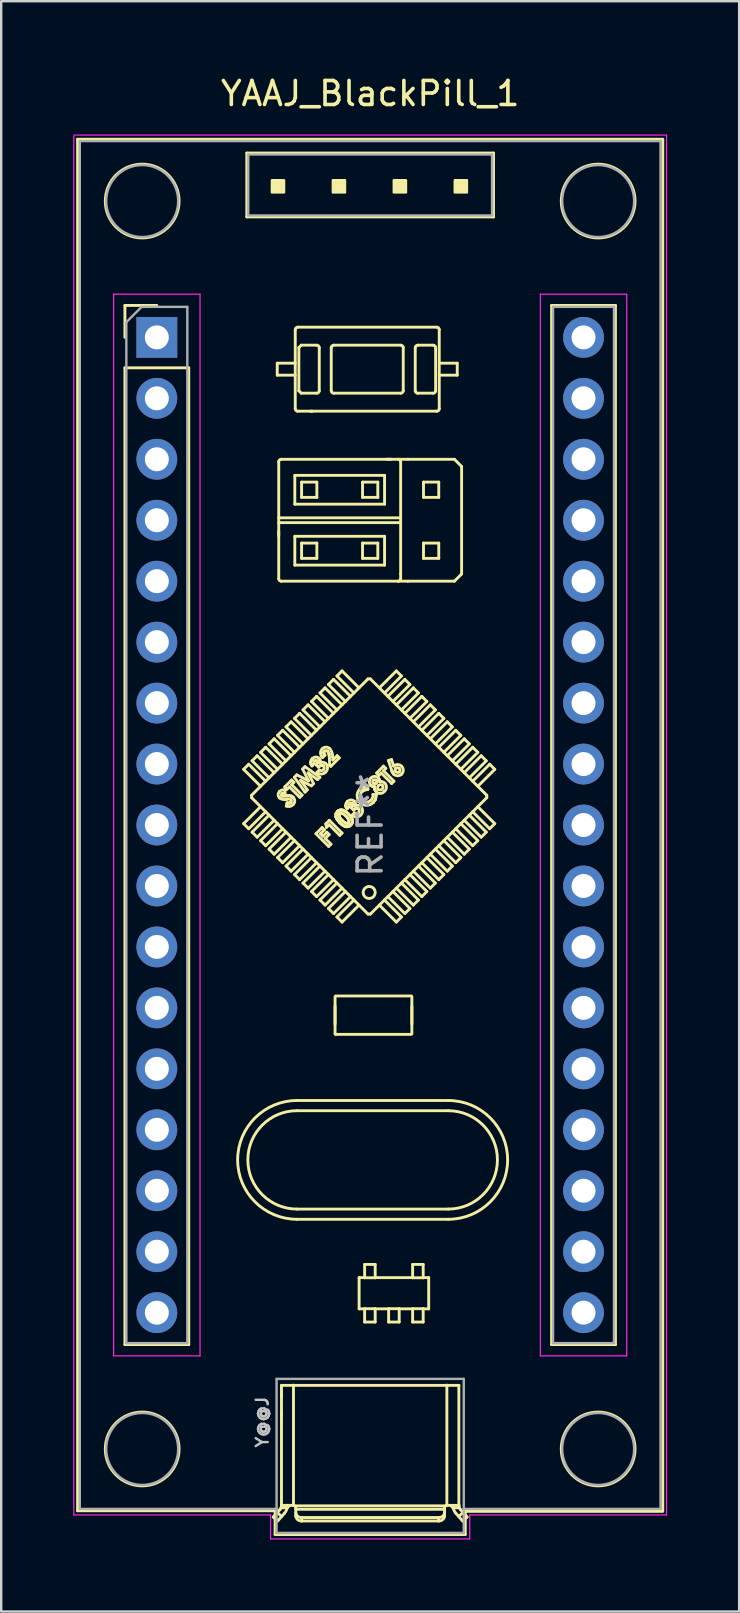
<source format=kicad_pcb>
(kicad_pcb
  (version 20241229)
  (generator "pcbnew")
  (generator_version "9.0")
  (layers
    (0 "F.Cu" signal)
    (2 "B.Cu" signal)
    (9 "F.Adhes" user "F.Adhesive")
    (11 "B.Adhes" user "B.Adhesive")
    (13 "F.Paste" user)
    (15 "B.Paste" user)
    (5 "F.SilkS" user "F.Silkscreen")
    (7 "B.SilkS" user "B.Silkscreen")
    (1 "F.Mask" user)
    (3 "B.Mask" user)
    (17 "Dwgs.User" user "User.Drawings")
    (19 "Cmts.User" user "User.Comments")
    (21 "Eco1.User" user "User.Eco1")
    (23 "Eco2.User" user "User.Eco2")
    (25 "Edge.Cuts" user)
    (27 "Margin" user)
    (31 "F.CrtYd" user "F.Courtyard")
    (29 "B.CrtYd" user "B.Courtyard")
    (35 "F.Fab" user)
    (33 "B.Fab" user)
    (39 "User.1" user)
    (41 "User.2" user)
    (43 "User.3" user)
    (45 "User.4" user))
  (footprint "YAAJ_BlackPill_1"
    (layer "F.Cu")
    (at 3.485 11.008)
    (property "Reference" "YAAJ_BlackPill_1" (at 8.89 -10.16 0) (layer "F.SilkS") (effects (font (size 1 1) (thickness 0.15))))
    (attr through_hole)
    (fp_line (start -3.302 -8.255) (end 21.082 -8.255) (stroke (width 0.12) (type solid)) (layer "F.SilkS"))
    (fp_line (start -3.302 48.895) (end -3.302 -8.255) (stroke (width 0.12) (type solid)) (layer "F.SilkS"))
    (fp_line (start -3.302 48.895) (end 4.928 48.895) (stroke (width 0.12) (type solid)) (layer "F.SilkS"))
    (fp_line (start -1.33 -1.33) (end -1.33 0) (stroke (width 0.12) (type solid)) (layer "F.SilkS"))
    (fp_line (start -1.33 -1.33) (end 0 -1.33) (stroke (width 0.12) (type solid)) (layer "F.SilkS"))
    (fp_line (start -1.33 1.27) (end -1.33 41.97) (stroke (width 0.12) (type solid)) (layer "F.SilkS"))
    (fp_line (start -1.33 1.27) (end 1.33 1.27) (stroke (width 0.12) (type solid)) (layer "F.SilkS"))
    (fp_line (start 1.33 1.27) (end 1.33 41.97) (stroke (width 0.12) (type solid)) (layer "F.SilkS"))
    (fp_line (start 1.33 41.97) (end -1.33 41.97) (stroke (width 0.12) (type solid)) (layer "F.SilkS"))
    (fp_line (start 3.617 18) (end 4.324 18.707) (stroke (width 0.12) (type solid)) (layer "F.SilkS"))
    (fp_line (start 3.617 20.263) (end 4.324 19.556) (stroke (width 0.12) (type solid)) (layer "F.SilkS"))
    (fp_line (start 3.75 -7.68) (end 3.75 -5.02) (stroke (width 0.12) (type solid)) (layer "F.SilkS"))
    (fp_line (start 3.75 -5.02) (end 14.03 -5.02) (stroke (width 0.12) (type solid)) (layer "F.SilkS"))
    (fp_line (start 3.829 17.788) (end 3.617 18) (stroke (width 0.12) (type solid)) (layer "F.SilkS"))
    (fp_line (start 3.829 17.788) (end 4.536 18.495) (stroke (width 0.12) (type solid)) (layer "F.SilkS"))
    (fp_line (start 3.829 20.475) (end 3.617 20.263) (stroke (width 0.12) (type solid)) (layer "F.SilkS"))
    (fp_line (start 3.829 20.475) (end 4.536 19.768) (stroke (width 0.12) (type solid)) (layer "F.SilkS"))
    (fp_line (start 3.949 19.081) (end 8.799 14.232) (stroke (width 0.12) (type solid)) (layer "F.SilkS"))
    (fp_line (start 3.949 19.181) (end 3.949 19.081) (stroke (width 0.12) (type solid)) (layer "F.SilkS"))
    (fp_line (start 3.97 17.646) (end 4.677 18.354) (stroke (width 0.12) (type solid)) (layer "F.SilkS"))
    (fp_line (start 3.97 20.616) (end 4.677 19.909) (stroke (width 0.12) (type solid)) (layer "F.SilkS"))
    (fp_line (start 4.182 17.434) (end 3.97 17.646) (stroke (width 0.12) (type solid)) (layer "F.SilkS"))
    (fp_line (start 4.182 17.434) (end 4.889 18.141) (stroke (width 0.12) (type solid)) (layer "F.SilkS"))
    (fp_line (start 4.182 20.828) (end 3.97 20.616) (stroke (width 0.12) (type solid)) (layer "F.SilkS"))
    (fp_line (start 4.182 20.828) (end 4.889 20.121) (stroke (width 0.12) (type solid)) (layer "F.SilkS"))
    (fp_line (start 4.324 17.293) (end 5.031 18) (stroke (width 0.12) (type solid)) (layer "F.SilkS"))
    (fp_line (start 4.324 20.97) (end 5.031 20.263) (stroke (width 0.12) (type solid)) (layer "F.SilkS"))
    (fp_line (start 4.536 17.081) (end 4.324 17.293) (stroke (width 0.12) (type solid)) (layer "F.SilkS"))
    (fp_line (start 4.536 17.081) (end 5.243 17.788) (stroke (width 0.12) (type solid)) (layer "F.SilkS"))
    (fp_line (start 4.536 21.182) (end 4.324 20.97) (stroke (width 0.12) (type solid)) (layer "F.SilkS"))
    (fp_line (start 4.536 21.182) (end 5.243 20.475) (stroke (width 0.12) (type solid)) (layer "F.SilkS"))
    (fp_line (start 4.677 16.939) (end 5.384 17.646) (stroke (width 0.12) (type solid)) (layer "F.SilkS"))
    (fp_line (start 4.677 21.323) (end 5.384 20.616) (stroke (width 0.12) (type solid)) (layer "F.SilkS"))
    (fp_line (start 4.853 49.157) (end 5.131 48.841) (stroke (width 0.12) (type solid)) (layer "F.SilkS"))
    (fp_line (start 4.889 16.727) (end 4.677 16.939) (stroke (width 0.12) (type solid)) (layer "F.SilkS"))
    (fp_line (start 4.889 16.727) (end 5.596 17.434) (stroke (width 0.12) (type solid)) (layer "F.SilkS"))
    (fp_line (start 4.889 21.536) (end 4.677 21.323) (stroke (width 0.12) (type solid)) (layer "F.SilkS"))
    (fp_line (start 4.889 21.536) (end 5.596 20.828) (stroke (width 0.12) (type solid)) (layer "F.SilkS"))
    (fp_line (start 4.928 48.895) (end 4.928 49.886) (stroke (width 0.12) (type solid)) (layer "F.SilkS"))
    (fp_line (start 4.928 49.886) (end 12.852 49.886) (stroke (width 0.12) (type solid)) (layer "F.SilkS"))
    (fp_line (start 5.018 48.97) (end 5.203 49.132) (stroke (width 0.12) (type solid)) (layer "F.SilkS"))
    (fp_line (start 5.018 1.576) (end 5.018 1.076) (stroke (width 0.12) (type solid)) (layer "F.SilkS"))
    (fp_line (start 5.031 16.586) (end 5.738 17.293) (stroke (width 0.12) (type solid)) (layer "F.SilkS"))
    (fp_line (start 5.031 21.677) (end 5.738 20.97) (stroke (width 0.12) (type solid)) (layer "F.SilkS"))
    (fp_line (start 5.037 49.32) (end 4.853 49.157) (stroke (width 0.12) (type solid)) (layer "F.SilkS"))
    (fp_line (start 5.079 8.079) (end 5.079 8.268) (stroke (width 0.12) (type solid)) (layer "F.SilkS"))
    (fp_line (start 5.08 7.52) (end 10.16 7.52) (stroke (width 0.12) (type solid)) (layer "F.SilkS"))
    (fp_line (start 5.08 10.06) (end 5.08 5.18) (stroke (width 0.12) (type solid)) (layer "F.SilkS"))
    (fp_line (start 5.18 5.08) (end 10.06 5.08) (stroke (width 0.12) (type solid)) (layer "F.SilkS"))
    (fp_line (start 5.193 43.91) (end 5.193 44.137) (stroke (width 0.12) (type solid)) (layer "F.SilkS"))
    (fp_line (start 5.193 44.785) (end 5.193 44.826) (stroke (width 0.12) (type solid)) (layer "F.SilkS"))
    (fp_line (start 5.193 44.885) (end 5.193 44.939) (stroke (width 0.12) (type solid)) (layer "F.SilkS"))
    (fp_line (start 5.194 48.678) (end 5.199 48.67) (stroke (width 0.12) (type solid)) (layer "F.SilkS"))
    (fp_line (start 5.194 43.67) (end 12.586 43.67) (stroke (width 0.12) (type solid)) (layer "F.SilkS"))
    (fp_line (start 5.194 48.676) (end 5.194 48.678) (stroke (width 0.12) (type solid)) (layer "F.SilkS"))
    (fp_line (start 5.194 48.676) (end 5.194 43.67) (stroke (width 0.12) (type solid)) (layer "F.SilkS"))
    (fp_line (start 5.199 48.67) (end 5.2 48.67) (stroke (width 0.12) (type solid)) (layer "F.SilkS"))
    (fp_line (start 5.2 48.67) (end 5.69 48.67) (stroke (width 0.12) (type solid)) (layer "F.SilkS"))
    (fp_line (start 5.202 19.093) (end 5.22 19.105) (stroke (width 0.12) (type solid)) (layer "F.SilkS"))
    (fp_line (start 5.202 19.093) (end 5.22 19.105) (stroke (width 0.12) (type solid)) (layer "F.SilkS"))
    (fp_line (start 5.22 19.105) (end 5.237 19.109) (stroke (width 0.12) (type solid)) (layer "F.SilkS"))
    (fp_line (start 5.22 19.105) (end 5.237 19.109) (stroke (width 0.12) (type solid)) (layer "F.SilkS"))
    (fp_line (start 5.237 19.109) (end 5.315 19.109) (stroke (width 0.12) (type solid)) (layer "F.SilkS"))
    (fp_line (start 5.237 19.109) (end 5.315 19.109) (stroke (width 0.12) (type solid)) (layer "F.SilkS"))
    (fp_line (start 5.243 16.374) (end 5.031 16.586) (stroke (width 0.12) (type solid)) (layer "F.SilkS"))
    (fp_line (start 5.243 16.374) (end 5.95 17.081) (stroke (width 0.12) (type solid)) (layer "F.SilkS"))
    (fp_line (start 5.243 21.889) (end 5.031 21.677) (stroke (width 0.12) (type solid)) (layer "F.SilkS"))
    (fp_line (start 5.243 21.889) (end 5.95 21.182) (stroke (width 0.12) (type solid)) (layer "F.SilkS"))
    (fp_line (start 5.315 49.005) (end 5.037 49.32) (stroke (width 0.12) (type solid)) (layer "F.SilkS"))
    (fp_line (start 5.315 19.109) (end 5.377 19.106) (stroke (width 0.12) (type solid)) (layer "F.SilkS"))
    (fp_line (start 5.315 19.109) (end 5.377 19.106) (stroke (width 0.12) (type solid)) (layer "F.SilkS"))
    (fp_line (start 5.331 18.732) (end 5.616 18.446) (stroke (width 0.12) (type solid)) (layer "F.SilkS"))
    (fp_line (start 5.347 18.857) (end 5.341 18.993) (stroke (width 0.12) (type solid)) (layer "F.SilkS"))
    (fp_line (start 5.377 19.106) (end 5.45 19.101) (stroke (width 0.12) (type solid)) (layer "F.SilkS"))
    (fp_line (start 5.377 19.106) (end 5.45 19.101) (stroke (width 0.12) (type solid)) (layer "F.SilkS"))
    (fp_line (start 5.384 16.232) (end 6.091 16.939) (stroke (width 0.12) (type solid)) (layer "F.SilkS"))
    (fp_line (start 5.384 22.03) (end 6.091 21.323) (stroke (width 0.12) (type solid)) (layer "F.SilkS"))
    (fp_line (start 5.395 19.53) (end 5.428 19.396) (stroke (width 0.12) (type solid)) (layer "F.SilkS"))
    (fp_line (start 5.426 18.827) (end 5.331 18.732) (stroke (width 0.12) (type solid)) (layer "F.SilkS"))
    (fp_line (start 5.428 19.396) (end 5.519 19.407) (stroke (width 0.12) (type solid)) (layer "F.SilkS"))
    (fp_line (start 5.428 19.396) (end 5.519 19.407) (stroke (width 0.12) (type solid)) (layer "F.SilkS"))
    (fp_line (start 5.428 48.782) (end 5.54 48.67) (stroke (width 0.12) (type solid)) (layer "F.SilkS"))
    (fp_line (start 5.431 48.77) (end 5.175 48.77) (stroke (width 0.12) (type solid)) (layer "F.SilkS"))
    (fp_line (start 5.44 48.67) (end 5.44 48.674) (stroke (width 0.12) (type solid)) (layer "F.SilkS"))
    (fp_line (start 5.45 19.101) (end 5.507 19.099) (stroke (width 0.12) (type solid)) (layer "F.SilkS"))
    (fp_line (start 5.45 19.101) (end 5.507 19.099) (stroke (width 0.12) (type solid)) (layer "F.SilkS"))
    (fp_line (start 5.507 19.099) (end 5.613 19.118) (stroke (width 0.12) (type solid)) (layer "F.SilkS"))
    (fp_line (start 5.507 19.099) (end 5.613 19.118) (stroke (width 0.12) (type solid)) (layer "F.SilkS"))
    (fp_line (start 5.519 19.407) (end 5.554 19.397) (stroke (width 0.12) (type solid)) (layer "F.SilkS"))
    (fp_line (start 5.519 19.407) (end 5.554 19.397) (stroke (width 0.12) (type solid)) (layer "F.SilkS"))
    (fp_line (start 5.521 18.732) (end 5.426 18.827) (stroke (width 0.12) (type solid)) (layer "F.SilkS"))
    (fp_line (start 5.554 19.397) (end 5.583 19.377) (stroke (width 0.12) (type solid)) (layer "F.SilkS"))
    (fp_line (start 5.554 19.397) (end 5.583 19.377) (stroke (width 0.12) (type solid)) (layer "F.SilkS"))
    (fp_line (start 5.596 16.02) (end 5.384 16.232) (stroke (width 0.12) (type solid)) (layer "F.SilkS"))
    (fp_line (start 5.596 16.02) (end 6.304 16.727) (stroke (width 0.12) (type solid)) (layer "F.SilkS"))
    (fp_line (start 5.596 22.243) (end 5.384 22.03) (stroke (width 0.12) (type solid)) (layer "F.SilkS"))
    (fp_line (start 5.596 22.243) (end 6.304 21.536) (stroke (width 0.12) (type solid)) (layer "F.SilkS"))
    (fp_line (start 5.613 19.118) (end 5.683 19.166) (stroke (width 0.12) (type solid)) (layer "F.SilkS"))
    (fp_line (start 5.613 19.118) (end 5.683 19.166) (stroke (width 0.12) (type solid)) (layer "F.SilkS"))
    (fp_line (start 5.616 18.446) (end 5.712 18.541) (stroke (width 0.12) (type solid)) (layer "F.SilkS"))
    (fp_line (start 5.616 18.637) (end 6.052 19.072) (stroke (width 0.12) (type solid)) (layer "F.SilkS"))
    (fp_line (start 5.69 48.67) (end 5.694 48.67) (stroke (width 0.12) (type solid)) (layer "F.SilkS"))
    (fp_line (start 5.694 48.67) (end 5.694 43.66) (stroke (width 0.12) (type solid)) (layer "F.SilkS"))
    (fp_line (start 5.712 18.541) (end 5.616 18.637) (stroke (width 0.12) (type solid)) (layer "F.SilkS"))
    (fp_line (start 5.733 18.329) (end 5.832 18.231) (stroke (width 0.12) (type solid)) (layer "F.SilkS"))
    (fp_line (start 5.738 15.879) (end 6.445 16.586) (stroke (width 0.12) (type solid)) (layer "F.SilkS"))
    (fp_line (start 5.738 22.384) (end 6.445 21.677) (stroke (width 0.12) (type solid)) (layer "F.SilkS"))
    (fp_line (start 5.75 5.75) (end 9.49 5.75) (stroke (width 0.12) (type solid)) (layer "F.SilkS"))
    (fp_line (start 5.75 6.95) (end 5.75 5.75) (stroke (width 0.12) (type solid)) (layer "F.SilkS"))
    (fp_line (start 5.75 8.29) (end 9.49 8.29) (stroke (width 0.12) (type solid)) (layer "F.SilkS"))
    (fp_line (start 5.75 9.49) (end 5.75 8.29) (stroke (width 0.12) (type solid)) (layer "F.SilkS"))
    (fp_line (start 5.752 48.691) (end 12.028 48.691) (stroke (width 0.12) (type solid)) (layer "F.SilkS"))
    (fp_line (start 5.768 -0.324) (end 5.768 2.976) (stroke (width 0.12) (type solid)) (layer "F.SilkS"))
    (fp_line (start 5.768 1.076) (end 5.018 1.076) (stroke (width 0.12) (type solid)) (layer "F.SilkS"))
    (fp_line (start 5.768 1.576) (end 5.018 1.576) (stroke (width 0.12) (type solid)) (layer "F.SilkS"))
    (fp_line (start 5.79 49.115) (end 5.79 48.77) (stroke (width 0.12) (type solid)) (layer "F.SilkS"))
    (fp_line (start 5.832 18.231) (end 6.323 18.48) (stroke (width 0.12) (type solid)) (layer "F.SilkS"))
    (fp_line (start 5.843 32.224) (end 12.143 32.224) (stroke (width 0.12) (type solid)) (layer "F.SilkS"))
    (fp_line (start 5.843 36.749) (end 12.143 36.749) (stroke (width 0.12) (type solid)) (layer "F.SilkS"))
    (fp_line (start 5.868 3.076) (end 11.668 3.076) (stroke (width 0.12) (type solid)) (layer "F.SilkS"))
    (fp_line (start 5.918 0.426) (end 6.018 0.326) (stroke (width 0.12) (type solid)) (layer "F.SilkS"))
    (fp_line (start 5.918 2.226) (end 5.918 0.426) (stroke (width 0.12) (type solid)) (layer "F.SilkS"))
    (fp_line (start 5.918 2.226) (end 6.018 2.326) (stroke (width 0.12) (type solid)) (layer "F.SilkS"))
    (fp_line (start 5.95 15.667) (end 5.738 15.879) (stroke (width 0.12) (type solid)) (layer "F.SilkS"))
    (fp_line (start 5.95 15.667) (end 6.657 16.374) (stroke (width 0.12) (type solid)) (layer "F.SilkS"))
    (fp_line (start 5.95 22.596) (end 5.738 22.384) (stroke (width 0.12) (type solid)) (layer "F.SilkS"))
    (fp_line (start 5.95 22.596) (end 6.657 21.889) (stroke (width 0.12) (type solid)) (layer "F.SilkS"))
    (fp_line (start 5.956 19.167) (end 5.521 18.732) (stroke (width 0.12) (type solid)) (layer "F.SilkS"))
    (fp_line (start 5.992 18.461) (end 6.27 18.853) (stroke (width 0.12) (type solid)) (layer "F.SilkS"))
    (fp_line (start 6.018 0.326) (end 6.668 0.326) (stroke (width 0.12) (type solid)) (layer "F.SilkS"))
    (fp_line (start 6.032 6.032) (end 6.668 6.032) (stroke (width 0.12) (type solid)) (layer "F.SilkS"))
    (fp_line (start 6.032 6.668) (end 6.032 6.032) (stroke (width 0.12) (type solid)) (layer "F.SilkS"))
    (fp_line (start 6.032 8.572) (end 6.668 8.572) (stroke (width 0.12) (type solid)) (layer "F.SilkS"))
    (fp_line (start 6.032 9.208) (end 6.032 8.572) (stroke (width 0.12) (type solid)) (layer "F.SilkS"))
    (fp_line (start 6.04 49.177) (end 6.04 49.32) (stroke (width 0.12) (type solid)) (layer "F.SilkS"))
    (fp_line (start 6.04 49.177) (end 11.74 49.177) (stroke (width 0.12) (type solid)) (layer "F.SilkS"))
    (fp_line (start 6.04 49.32) (end 11.74 49.32) (stroke (width 0.12) (type solid)) (layer "F.SilkS"))
    (fp_line (start 6.052 19.072) (end 5.956 19.167) (stroke (width 0.12) (type solid)) (layer "F.SilkS"))
    (fp_line (start 6.075 17.988) (end 6.173 17.89) (stroke (width 0.12) (type solid)) (layer "F.SilkS"))
    (fp_line (start 6.091 15.525) (end 6.798 16.232) (stroke (width 0.12) (type solid)) (layer "F.SilkS"))
    (fp_line (start 6.091 22.738) (end 6.798 22.03) (stroke (width 0.12) (type solid)) (layer "F.SilkS"))
    (fp_line (start 6.173 17.89) (end 6.793 18.331) (stroke (width 0.12) (type solid)) (layer "F.SilkS"))
    (fp_line (start 6.174 18.949) (end 5.733 18.329) (stroke (width 0.12) (type solid)) (layer "F.SilkS"))
    (fp_line (start 6.27 18.853) (end 6.174 18.949) (stroke (width 0.12) (type solid)) (layer "F.SilkS"))
    (fp_line (start 6.304 15.313) (end 6.091 15.525) (stroke (width 0.12) (type solid)) (layer "F.SilkS"))
    (fp_line (start 6.304 15.313) (end 7.011 16.02) (stroke (width 0.12) (type solid)) (layer "F.SilkS"))
    (fp_line (start 6.304 22.95) (end 6.091 22.738) (stroke (width 0.12) (type solid)) (layer "F.SilkS"))
    (fp_line (start 6.304 22.95) (end 7.011 22.243) (stroke (width 0.12) (type solid)) (layer "F.SilkS"))
    (fp_line (start 6.305 18.149) (end 6.529 18.594) (stroke (width 0.12) (type solid)) (layer "F.SilkS"))
    (fp_line (start 6.323 18.48) (end 6.075 17.988) (stroke (width 0.12) (type solid)) (layer "F.SilkS"))
    (fp_line (start 6.405 3.077) (end 6.425 3.077) (stroke (width 0.12) (type solid)) (layer "F.SilkS"))
    (fp_line (start 6.414 17.721) (end 6.434 17.62) (stroke (width 0.12) (type solid)) (layer "F.SilkS"))
    (fp_line (start 6.414 17.721) (end 6.434 17.62) (stroke (width 0.12) (type solid)) (layer "F.SilkS"))
    (fp_line (start 6.426 17.784) (end 6.414 17.721) (stroke (width 0.12) (type solid)) (layer "F.SilkS"))
    (fp_line (start 6.426 17.784) (end 6.414 17.721) (stroke (width 0.12) (type solid)) (layer "F.SilkS"))
    (fp_line (start 6.434 17.62) (end 6.481 17.554) (stroke (width 0.12) (type solid)) (layer "F.SilkS"))
    (fp_line (start 6.434 17.62) (end 6.481 17.554) (stroke (width 0.12) (type solid)) (layer "F.SilkS"))
    (fp_line (start 6.437 18.687) (end 5.992 18.461) (stroke (width 0.12) (type solid)) (layer "F.SilkS"))
    (fp_line (start 6.445 15.172) (end 7.152 15.879) (stroke (width 0.12) (type solid)) (layer "F.SilkS"))
    (fp_line (start 6.445 23.091) (end 7.152 22.384) (stroke (width 0.12) (type solid)) (layer "F.SilkS"))
    (fp_line (start 6.455 3.077) (end 6.482 3.077) (stroke (width 0.12) (type solid)) (layer "F.SilkS"))
    (fp_line (start 6.466 17.855) (end 6.426 17.784) (stroke (width 0.12) (type solid)) (layer "F.SilkS"))
    (fp_line (start 6.466 17.855) (end 6.426 17.784) (stroke (width 0.12) (type solid)) (layer "F.SilkS"))
    (fp_line (start 6.529 18.594) (end 6.437 18.687) (stroke (width 0.12) (type solid)) (layer "F.SilkS"))
    (fp_line (start 6.562 17.76) (end 6.466 17.855) (stroke (width 0.12) (type solid)) (layer "F.SilkS"))
    (fp_line (start 6.63 20.683) (end 6.888 20.425) (stroke (width 0.12) (type solid)) (layer "F.SilkS"))
    (fp_line (start 6.643 17.814) (end 6.695 17.735) (stroke (width 0.12) (type solid)) (layer "F.SilkS"))
    (fp_line (start 6.643 17.814) (end 6.695 17.735) (stroke (width 0.12) (type solid)) (layer "F.SilkS"))
    (fp_line (start 6.657 14.959) (end 6.445 15.172) (stroke (width 0.12) (type solid)) (layer "F.SilkS"))
    (fp_line (start 6.657 14.959) (end 7.364 15.667) (stroke (width 0.12) (type solid)) (layer "F.SilkS"))
    (fp_line (start 6.657 23.303) (end 6.445 23.091) (stroke (width 0.12) (type solid)) (layer "F.SilkS"))
    (fp_line (start 6.657 23.303) (end 7.364 22.596) (stroke (width 0.12) (type solid)) (layer "F.SilkS"))
    (fp_line (start 6.668 6.032) (end 6.668 6.668) (stroke (width 0.12) (type solid)) (layer "F.SilkS"))
    (fp_line (start 6.668 6.668) (end 6.032 6.668) (stroke (width 0.12) (type solid)) (layer "F.SilkS"))
    (fp_line (start 6.668 8.572) (end 6.668 9.208) (stroke (width 0.12) (type solid)) (layer "F.SilkS"))
    (fp_line (start 6.668 9.208) (end 6.032 9.208) (stroke (width 0.12) (type solid)) (layer "F.SilkS"))
    (fp_line (start 6.668 2.326) (end 6.018 2.326) (stroke (width 0.12) (type solid)) (layer "F.SilkS"))
    (fp_line (start 6.677 18.12) (end 6.772 18.025) (stroke (width 0.12) (type solid)) (layer "F.SilkS"))
    (fp_line (start 6.693 17.666) (end 6.679 17.646) (stroke (width 0.12) (type solid)) (layer "F.SilkS"))
    (fp_line (start 6.693 17.666) (end 6.679 17.646) (stroke (width 0.12) (type solid)) (layer "F.SilkS"))
    (fp_line (start 6.695 17.735) (end 6.7 17.688) (stroke (width 0.12) (type solid)) (layer "F.SilkS"))
    (fp_line (start 6.695 17.735) (end 6.7 17.688) (stroke (width 0.12) (type solid)) (layer "F.SilkS"))
    (fp_line (start 6.696 18.427) (end 6.305 18.149) (stroke (width 0.12) (type solid)) (layer "F.SilkS"))
    (fp_line (start 6.7 17.688) (end 6.693 17.666) (stroke (width 0.12) (type solid)) (layer "F.SilkS"))
    (fp_line (start 6.7 17.688) (end 6.693 17.666) (stroke (width 0.12) (type solid)) (layer "F.SilkS"))
    (fp_line (start 6.732 17.902) (end 6.643 17.814) (stroke (width 0.12) (type solid)) (layer "F.SilkS"))
    (fp_line (start 6.768 0.426) (end 6.768 2.226) (stroke (width 0.12) (type solid)) (layer "F.SilkS"))
    (fp_line (start 6.793 18.331) (end 6.696 18.427) (stroke (width 0.12) (type solid)) (layer "F.SilkS"))
    (fp_line (start 6.798 14.818) (end 7.506 15.525) (stroke (width 0.12) (type solid)) (layer "F.SilkS"))
    (fp_line (start 6.798 23.445) (end 7.506 22.738) (stroke (width 0.12) (type solid)) (layer "F.SilkS"))
    (fp_line (start 6.82 20.683) (end 6.922 20.785) (stroke (width 0.12) (type solid)) (layer "F.SilkS"))
    (fp_line (start 6.833 17.836) (end 6.732 17.902) (stroke (width 0.12) (type solid)) (layer "F.SilkS"))
    (fp_line (start 6.833 17.836) (end 6.732 17.902) (stroke (width 0.12) (type solid)) (layer "F.SilkS"))
    (fp_line (start 6.888 20.425) (end 6.983 20.52) (stroke (width 0.12) (type solid)) (layer "F.SilkS"))
    (fp_line (start 6.893 17.832) (end 6.833 17.836) (stroke (width 0.12) (type solid)) (layer "F.SilkS"))
    (fp_line (start 6.893 17.832) (end 6.833 17.836) (stroke (width 0.12) (type solid)) (layer "F.SilkS"))
    (fp_line (start 6.922 20.785) (end 7.085 20.622) (stroke (width 0.12) (type solid)) (layer "F.SilkS"))
    (fp_line (start 6.922 17.841) (end 6.893 17.832) (stroke (width 0.12) (type solid)) (layer "F.SilkS"))
    (fp_line (start 6.922 17.841) (end 6.893 17.832) (stroke (width 0.12) (type solid)) (layer "F.SilkS"))
    (fp_line (start 6.946 17.859) (end 6.922 17.841) (stroke (width 0.12) (type solid)) (layer "F.SilkS"))
    (fp_line (start 6.946 17.859) (end 6.922 17.841) (stroke (width 0.12) (type solid)) (layer "F.SilkS"))
    (fp_line (start 6.957 17.29) (end 6.96 17.343) (stroke (width 0.12) (type solid)) (layer "F.SilkS"))
    (fp_line (start 6.957 17.29) (end 6.96 17.343) (stroke (width 0.12) (type solid)) (layer "F.SilkS"))
    (fp_line (start 6.96 17.343) (end 7.003 17.413) (stroke (width 0.12) (type solid)) (layer "F.SilkS"))
    (fp_line (start 6.96 17.343) (end 7.003 17.413) (stroke (width 0.12) (type solid)) (layer "F.SilkS"))
    (fp_line (start 6.982 17.244) (end 6.957 17.29) (stroke (width 0.12) (type solid)) (layer "F.SilkS"))
    (fp_line (start 6.982 17.244) (end 6.957 17.29) (stroke (width 0.12) (type solid)) (layer "F.SilkS"))
    (fp_line (start 6.983 20.52) (end 6.82 20.683) (stroke (width 0.12) (type solid)) (layer "F.SilkS"))
    (fp_line (start 7.003 17.413) (end 6.908 17.508) (stroke (width 0.12) (type solid)) (layer "F.SilkS"))
    (fp_line (start 7.011 14.606) (end 6.798 14.818) (stroke (width 0.12) (type solid)) (layer "F.SilkS"))
    (fp_line (start 7.011 14.606) (end 7.718 15.313) (stroke (width 0.12) (type solid)) (layer "F.SilkS"))
    (fp_line (start 7.011 23.657) (end 6.798 23.445) (stroke (width 0.12) (type solid)) (layer "F.SilkS"))
    (fp_line (start 7.011 23.657) (end 7.718 22.95) (stroke (width 0.12) (type solid)) (layer "F.SilkS"))
    (fp_line (start 7.017 20.88) (end 7.255 21.118) (stroke (width 0.12) (type solid)) (layer "F.SilkS"))
    (fp_line (start 7.04 20.273) (end 7.187 20.126) (stroke (width 0.12) (type solid)) (layer "F.SilkS"))
    (fp_line (start 7.071 20.418) (end 7.04 20.273) (stroke (width 0.12) (type solid)) (layer "F.SilkS"))
    (fp_line (start 7.085 20.622) (end 7.18 20.717) (stroke (width 0.12) (type solid)) (layer "F.SilkS"))
    (fp_line (start 7.152 14.464) (end 7.859 15.172) (stroke (width 0.12) (type solid)) (layer "F.SilkS"))
    (fp_line (start 7.152 23.798) (end 7.859 23.091) (stroke (width 0.12) (type solid)) (layer "F.SilkS"))
    (fp_line (start 7.16 21.213) (end 6.63 20.683) (stroke (width 0.12) (type solid)) (layer "F.SilkS"))
    (fp_line (start 7.175 17.351) (end 7.122 17.245) (stroke (width 0.12) (type solid)) (layer "F.SilkS"))
    (fp_line (start 7.175 17.351) (end 7.122 17.245) (stroke (width 0.12) (type solid)) (layer "F.SilkS"))
    (fp_line (start 7.18 20.309) (end 7.071 20.418) (stroke (width 0.12) (type solid)) (layer "F.SilkS"))
    (fp_line (start 7.18 20.717) (end 7.017 20.88) (stroke (width 0.12) (type solid)) (layer "F.SilkS"))
    (fp_line (start 7.187 20.126) (end 7.717 20.656) (stroke (width 0.12) (type solid)) (layer "F.SilkS"))
    (fp_line (start 7.19 17.503) (end 7.175 17.351) (stroke (width 0.12) (type solid)) (layer "F.SilkS"))
    (fp_line (start 7.19 17.503) (end 7.175 17.351) (stroke (width 0.12) (type solid)) (layer "F.SilkS"))
    (fp_line (start 7.2 17.827) (end 7.19 17.503) (stroke (width 0.12) (type solid)) (layer "F.SilkS"))
    (fp_line (start 7.248 17.875) (end 7.2 17.827) (stroke (width 0.12) (type solid)) (layer "F.SilkS"))
    (fp_line (start 7.255 21.118) (end 7.16 21.213) (stroke (width 0.12) (type solid)) (layer "F.SilkS"))
    (fp_line (start 7.268 2.226) (end 7.268 0.426) (stroke (width 0.12) (type solid)) (layer "F.SilkS"))
    (fp_line (start 7.327 17.493) (end 7.335 17.612) (stroke (width 0.12) (type solid)) (layer "F.SilkS"))
    (fp_line (start 7.335 17.612) (end 7.513 17.433) (stroke (width 0.12) (type solid)) (layer "F.SilkS"))
    (fp_line (start 7.364 14.252) (end 7.152 14.464) (stroke (width 0.12) (type solid)) (layer "F.SilkS"))
    (fp_line (start 7.364 14.252) (end 8.071 14.959) (stroke (width 0.12) (type solid)) (layer "F.SilkS"))
    (fp_line (start 7.364 24.01) (end 7.152 23.798) (stroke (width 0.12) (type solid)) (layer "F.SilkS"))
    (fp_line (start 7.364 24.01) (end 8.071 23.303) (stroke (width 0.12) (type solid)) (layer "F.SilkS"))
    (fp_line (start 7.368 0.326) (end 10.168 0.326) (stroke (width 0.12) (type solid)) (layer "F.SilkS"))
    (fp_line (start 7.426 28.611) (end 7.426 27.874) (stroke (width 0.12) (type solid)) (layer "F.SilkS"))
    (fp_line (start 7.427 29.018) (end 7.427 27.468) (stroke (width 0.12) (type solid)) (layer "F.SilkS"))
    (fp_line (start 7.452 27.443) (end 10.602 27.443) (stroke (width 0.12) (type solid)) (layer "F.SilkS"))
    (fp_line (start 7.459 19.971) (end 7.467 19.846) (stroke (width 0.12) (type solid)) (layer "F.SilkS"))
    (fp_line (start 7.459 19.971) (end 7.467 19.846) (stroke (width 0.12) (type solid)) (layer "F.SilkS"))
    (fp_line (start 7.467 19.846) (end 7.522 19.763) (stroke (width 0.12) (type solid)) (layer "F.SilkS"))
    (fp_line (start 7.467 19.846) (end 7.522 19.763) (stroke (width 0.12) (type solid)) (layer "F.SilkS"))
    (fp_line (start 7.506 14.111) (end 8.213 14.818) (stroke (width 0.12) (type solid)) (layer "F.SilkS"))
    (fp_line (start 7.506 24.152) (end 8.213 23.445) (stroke (width 0.12) (type solid)) (layer "F.SilkS"))
    (fp_line (start 7.513 17.433) (end 7.602 17.522) (stroke (width 0.12) (type solid)) (layer "F.SilkS"))
    (fp_line (start 7.515 20.094) (end 7.459 19.971) (stroke (width 0.12) (type solid)) (layer "F.SilkS"))
    (fp_line (start 7.515 20.094) (end 7.459 19.971) (stroke (width 0.12) (type solid)) (layer "F.SilkS"))
    (fp_line (start 7.522 19.763) (end 7.574 19.722) (stroke (width 0.12) (type solid)) (layer "F.SilkS"))
    (fp_line (start 7.522 19.763) (end 7.574 19.722) (stroke (width 0.12) (type solid)) (layer "F.SilkS"))
    (fp_line (start 7.574 19.722) (end 7.636 19.698) (stroke (width 0.12) (type solid)) (layer "F.SilkS"))
    (fp_line (start 7.574 19.722) (end 7.636 19.698) (stroke (width 0.12) (type solid)) (layer "F.SilkS"))
    (fp_line (start 7.591 19.93) (end 7.618 20.007) (stroke (width 0.12) (type solid)) (layer "F.SilkS"))
    (fp_line (start 7.591 19.93) (end 7.618 20.007) (stroke (width 0.12) (type solid)) (layer "F.SilkS"))
    (fp_line (start 7.597 19.89) (end 7.591 19.93) (stroke (width 0.12) (type solid)) (layer "F.SilkS"))
    (fp_line (start 7.597 19.89) (end 7.591 19.93) (stroke (width 0.12) (type solid)) (layer "F.SilkS"))
    (fp_line (start 7.602 17.522) (end 7.248 17.875) (stroke (width 0.12) (type solid)) (layer "F.SilkS"))
    (fp_line (start 7.618 20.007) (end 7.724 20.132) (stroke (width 0.12) (type solid)) (layer "F.SilkS"))
    (fp_line (start 7.618 20.007) (end 7.724 20.132) (stroke (width 0.12) (type solid)) (layer "F.SilkS"))
    (fp_line (start 7.62 19.856) (end 7.597 19.89) (stroke (width 0.12) (type solid)) (layer "F.SilkS"))
    (fp_line (start 7.62 19.856) (end 7.597 19.89) (stroke (width 0.12) (type solid)) (layer "F.SilkS"))
    (fp_line (start 7.622 20.751) (end 7.18 20.309) (stroke (width 0.12) (type solid)) (layer "F.SilkS"))
    (fp_line (start 7.627 20.226) (end 7.515 20.094) (stroke (width 0.12) (type solid)) (layer "F.SilkS"))
    (fp_line (start 7.627 20.226) (end 7.515 20.094) (stroke (width 0.12) (type solid)) (layer "F.SilkS"))
    (fp_line (start 7.636 19.698) (end 7.702 19.693) (stroke (width 0.12) (type solid)) (layer "F.SilkS"))
    (fp_line (start 7.636 19.698) (end 7.702 19.693) (stroke (width 0.12) (type solid)) (layer "F.SilkS"))
    (fp_line (start 7.653 19.835) (end 7.62 19.856) (stroke (width 0.12) (type solid)) (layer "F.SilkS"))
    (fp_line (start 7.692 19.831) (end 7.653 19.835) (stroke (width 0.12) (type solid)) (layer "F.SilkS"))
    (fp_line (start 7.702 19.693) (end 7.767 19.707) (stroke (width 0.12) (type solid)) (layer "F.SilkS"))
    (fp_line (start 7.702 19.693) (end 7.767 19.707) (stroke (width 0.12) (type solid)) (layer "F.SilkS"))
    (fp_line (start 7.717 20.656) (end 7.622 20.751) (stroke (width 0.12) (type solid)) (layer "F.SilkS"))
    (fp_line (start 7.718 13.899) (end 7.506 14.111) (stroke (width 0.12) (type solid)) (layer "F.SilkS"))
    (fp_line (start 7.718 13.899) (end 8.425 14.606) (stroke (width 0.12) (type solid)) (layer "F.SilkS"))
    (fp_line (start 7.718 24.364) (end 7.506 24.152) (stroke (width 0.12) (type solid)) (layer "F.SilkS"))
    (fp_line (start 7.718 24.364) (end 8.425 23.657) (stroke (width 0.12) (type solid)) (layer "F.SilkS"))
    (fp_line (start 7.724 20.132) (end 7.843 20.229) (stroke (width 0.12) (type solid)) (layer "F.SilkS"))
    (fp_line (start 7.724 20.132) (end 7.843 20.229) (stroke (width 0.12) (type solid)) (layer "F.SilkS"))
    (fp_line (start 7.726 20.313) (end 7.627 20.226) (stroke (width 0.12) (type solid)) (layer "F.SilkS"))
    (fp_line (start 7.726 20.313) (end 7.627 20.226) (stroke (width 0.12) (type solid)) (layer "F.SilkS"))
    (fp_line (start 7.766 19.855) (end 7.692 19.831) (stroke (width 0.12) (type solid)) (layer "F.SilkS"))
    (fp_line (start 7.767 19.707) (end 7.883 19.772) (stroke (width 0.12) (type solid)) (layer "F.SilkS"))
    (fp_line (start 7.767 19.707) (end 7.883 19.772) (stroke (width 0.12) (type solid)) (layer "F.SilkS"))
    (fp_line (start 7.841 20.377) (end 7.726 20.313) (stroke (width 0.12) (type solid)) (layer "F.SilkS"))
    (fp_line (start 7.841 20.377) (end 7.726 20.313) (stroke (width 0.12) (type solid)) (layer "F.SilkS"))
    (fp_line (start 7.843 20.229) (end 7.917 20.251) (stroke (width 0.12) (type solid)) (layer "F.SilkS"))
    (fp_line (start 7.843 20.229) (end 7.917 20.251) (stroke (width 0.12) (type solid)) (layer "F.SilkS"))
    (fp_line (start 7.875 19.509) (end 7.896 19.408) (stroke (width 0.12) (type solid)) (layer "F.SilkS"))
    (fp_line (start 7.875 19.509) (end 7.896 19.408) (stroke (width 0.12) (type solid)) (layer "F.SilkS"))
    (fp_line (start 7.883 19.772) (end 7.983 19.861) (stroke (width 0.12) (type solid)) (layer "F.SilkS"))
    (fp_line (start 7.883 19.772) (end 7.983 19.861) (stroke (width 0.12) (type solid)) (layer "F.SilkS"))
    (fp_line (start 7.888 19.956) (end 7.766 19.855) (stroke (width 0.12) (type solid)) (layer "F.SilkS"))
    (fp_line (start 7.888 19.572) (end 7.875 19.509) (stroke (width 0.12) (type solid)) (layer "F.SilkS"))
    (fp_line (start 7.888 19.572) (end 7.875 19.509) (stroke (width 0.12) (type solid)) (layer "F.SilkS"))
    (fp_line (start 7.896 19.408) (end 7.943 19.342) (stroke (width 0.12) (type solid)) (layer "F.SilkS"))
    (fp_line (start 7.896 19.408) (end 7.943 19.342) (stroke (width 0.12) (type solid)) (layer "F.SilkS"))
    (fp_line (start 7.905 20.39) (end 7.841 20.377) (stroke (width 0.12) (type solid)) (layer "F.SilkS"))
    (fp_line (start 7.905 20.39) (end 7.841 20.377) (stroke (width 0.12) (type solid)) (layer "F.SilkS"))
    (fp_line (start 7.917 20.251) (end 7.955 20.245) (stroke (width 0.12) (type solid)) (layer "F.SilkS"))
    (fp_line (start 7.917 20.251) (end 7.955 20.245) (stroke (width 0.12) (type solid)) (layer "F.SilkS"))
    (fp_line (start 7.928 19.643) (end 7.888 19.572) (stroke (width 0.12) (type solid)) (layer "F.SilkS"))
    (fp_line (start 7.928 19.643) (end 7.888 19.572) (stroke (width 0.12) (type solid)) (layer "F.SilkS"))
    (fp_line (start 7.95 20.025) (end 7.888 19.956) (stroke (width 0.12) (type solid)) (layer "F.SilkS"))
    (fp_line (start 7.95 20.025) (end 7.888 19.956) (stroke (width 0.12) (type solid)) (layer "F.SilkS"))
    (fp_line (start 7.955 20.245) (end 7.987 20.223) (stroke (width 0.12) (type solid)) (layer "F.SilkS"))
    (fp_line (start 7.955 20.245) (end 7.987 20.223) (stroke (width 0.12) (type solid)) (layer "F.SilkS"))
    (fp_line (start 7.971 20.385) (end 7.905 20.39) (stroke (width 0.12) (type solid)) (layer "F.SilkS"))
    (fp_line (start 7.971 20.385) (end 7.905 20.39) (stroke (width 0.12) (type solid)) (layer "F.SilkS"))
    (fp_line (start 7.983 19.861) (end 8.071 19.96) (stroke (width 0.12) (type solid)) (layer "F.SilkS"))
    (fp_line (start 7.983 19.861) (end 8.071 19.96) (stroke (width 0.12) (type solid)) (layer "F.SilkS"))
    (fp_line (start 8.008 20.129) (end 7.95 20.025) (stroke (width 0.12) (type solid)) (layer "F.SilkS"))
    (fp_line (start 8.008 20.129) (end 7.95 20.025) (stroke (width 0.12) (type solid)) (layer "F.SilkS"))
    (fp_line (start 8.023 19.548) (end 7.928 19.643) (stroke (width 0.12) (type solid)) (layer "F.SilkS"))
    (fp_line (start 8.031 20.359) (end 7.971 20.385) (stroke (width 0.12) (type solid)) (layer "F.SilkS"))
    (fp_line (start 8.031 20.359) (end 7.971 20.385) (stroke (width 0.12) (type solid)) (layer "F.SilkS"))
    (fp_line (start 8.071 19.96) (end 8.136 20.075) (stroke (width 0.12) (type solid)) (layer "F.SilkS"))
    (fp_line (start 8.071 19.96) (end 8.136 20.075) (stroke (width 0.12) (type solid)) (layer "F.SilkS"))
    (fp_line (start 8.082 20.318) (end 8.031 20.359) (stroke (width 0.12) (type solid)) (layer "F.SilkS"))
    (fp_line (start 8.082 20.318) (end 8.031 20.359) (stroke (width 0.12) (type solid)) (layer "F.SilkS"))
    (fp_line (start 8.105 19.602) (end 8.157 19.523) (stroke (width 0.12) (type solid)) (layer "F.SilkS"))
    (fp_line (start 8.105 19.602) (end 8.157 19.523) (stroke (width 0.12) (type solid)) (layer "F.SilkS"))
    (fp_line (start 8.124 20.266) (end 8.082 20.318) (stroke (width 0.12) (type solid)) (layer "F.SilkS"))
    (fp_line (start 8.124 20.266) (end 8.082 20.318) (stroke (width 0.12) (type solid)) (layer "F.SilkS"))
    (fp_line (start 8.136 20.075) (end 8.151 20.139) (stroke (width 0.12) (type solid)) (layer "F.SilkS"))
    (fp_line (start 8.136 20.075) (end 8.151 20.139) (stroke (width 0.12) (type solid)) (layer "F.SilkS"))
    (fp_line (start 8.139 19.908) (end 8.234 19.813) (stroke (width 0.12) (type solid)) (layer "F.SilkS"))
    (fp_line (start 8.149 20.205) (end 8.124 20.266) (stroke (width 0.12) (type solid)) (layer "F.SilkS"))
    (fp_line (start 8.149 20.205) (end 8.124 20.266) (stroke (width 0.12) (type solid)) (layer "F.SilkS"))
    (fp_line (start 8.151 20.139) (end 8.149 20.205) (stroke (width 0.12) (type solid)) (layer "F.SilkS"))
    (fp_line (start 8.151 20.139) (end 8.149 20.205) (stroke (width 0.12) (type solid)) (layer "F.SilkS"))
    (fp_line (start 8.155 19.454) (end 8.141 19.434) (stroke (width 0.12) (type solid)) (layer "F.SilkS"))
    (fp_line (start 8.155 19.454) (end 8.141 19.434) (stroke (width 0.12) (type solid)) (layer "F.SilkS"))
    (fp_line (start 8.157 19.523) (end 8.162 19.476) (stroke (width 0.12) (type solid)) (layer "F.SilkS"))
    (fp_line (start 8.157 19.523) (end 8.162 19.476) (stroke (width 0.12) (type solid)) (layer "F.SilkS"))
    (fp_line (start 8.162 19.476) (end 8.155 19.454) (stroke (width 0.12) (type solid)) (layer "F.SilkS"))
    (fp_line (start 8.162 19.476) (end 8.155 19.454) (stroke (width 0.12) (type solid)) (layer "F.SilkS"))
    (fp_line (start 8.193 19.69) (end 8.105 19.602) (stroke (width 0.12) (type solid)) (layer "F.SilkS"))
    (fp_line (start 8.295 19.625) (end 8.193 19.69) (stroke (width 0.12) (type solid)) (layer "F.SilkS"))
    (fp_line (start 8.295 19.625) (end 8.193 19.69) (stroke (width 0.12) (type solid)) (layer "F.SilkS"))
    (fp_line (start 8.355 19.62) (end 8.295 19.625) (stroke (width 0.12) (type solid)) (layer "F.SilkS"))
    (fp_line (start 8.355 19.62) (end 8.295 19.625) (stroke (width 0.12) (type solid)) (layer "F.SilkS"))
    (fp_line (start 8.384 19.629) (end 8.355 19.62) (stroke (width 0.12) (type solid)) (layer "F.SilkS"))
    (fp_line (start 8.384 19.629) (end 8.355 19.62) (stroke (width 0.12) (type solid)) (layer "F.SilkS"))
    (fp_line (start 8.408 19.647) (end 8.384 19.629) (stroke (width 0.12) (type solid)) (layer "F.SilkS"))
    (fp_line (start 8.408 19.647) (end 8.384 19.629) (stroke (width 0.12) (type solid)) (layer "F.SilkS"))
    (fp_line (start 8.429 39.181) (end 8.659 39.181) (stroke (width 0.12) (type solid)) (layer "F.SilkS"))
    (fp_line (start 8.429 40.481) (end 8.429 39.181) (stroke (width 0.12) (type solid)) (layer "F.SilkS"))
    (fp_line (start 8.429 40.481) (end 8.659 40.481) (stroke (width 0.12) (type solid)) (layer "F.SilkS"))
    (fp_line (start 8.463 18.822) (end 8.637 18.718) (stroke (width 0.12) (type solid)) (layer "F.SilkS"))
    (fp_line (start 8.463 18.822) (end 8.637 18.718) (stroke (width 0.12) (type solid)) (layer "F.SilkS"))
    (fp_line (start 8.572 6.032) (end 9.208 6.032) (stroke (width 0.12) (type solid)) (layer "F.SilkS"))
    (fp_line (start 8.572 6.668) (end 8.572 6.032) (stroke (width 0.12) (type solid)) (layer "F.SilkS"))
    (fp_line (start 8.572 8.572) (end 9.208 8.572) (stroke (width 0.12) (type solid)) (layer "F.SilkS"))
    (fp_line (start 8.572 9.208) (end 8.572 8.572) (stroke (width 0.12) (type solid)) (layer "F.SilkS"))
    (fp_line (start 8.637 18.718) (end 8.795 18.701) (stroke (width 0.12) (type solid)) (layer "F.SilkS"))
    (fp_line (start 8.637 18.718) (end 8.795 18.701) (stroke (width 0.12) (type solid)) (layer "F.SilkS"))
    (fp_line (start 8.65 18.859) (end 8.555 18.921) (stroke (width 0.12) (type solid)) (layer "F.SilkS"))
    (fp_line (start 8.65 18.859) (end 8.555 18.921) (stroke (width 0.12) (type solid)) (layer "F.SilkS"))
    (fp_line (start 8.659 38.631) (end 8.659 39.186) (stroke (width 0.12) (type solid)) (layer "F.SilkS"))
    (fp_line (start 8.659 38.631) (end 9.099 38.631) (stroke (width 0.12) (type solid)) (layer "F.SilkS"))
    (fp_line (start 8.659 41.031) (end 8.659 40.476) (stroke (width 0.12) (type solid)) (layer "F.SilkS"))
    (fp_line (start 8.792 18.838) (end 8.65 18.859) (stroke (width 0.12) (type solid)) (layer "F.SilkS"))
    (fp_line (start 8.792 18.838) (end 8.65 18.859) (stroke (width 0.12) (type solid)) (layer "F.SilkS"))
    (fp_line (start 8.795 18.701) (end 8.792 18.838) (stroke (width 0.12) (type solid)) (layer "F.SilkS"))
    (fp_line (start 8.799 24.031) (end 3.949 19.181) (stroke (width 0.12) (type solid)) (layer "F.SilkS"))
    (fp_line (start 8.799 24.031) (end 8.899 24.031) (stroke (width 0.12) (type solid)) (layer "F.SilkS"))
    (fp_line (start 8.899 14.232) (end 8.799 14.232) (stroke (width 0.12) (type solid)) (layer "F.SilkS"))
    (fp_line (start 8.899 14.232) (end 13.749 19.081) (stroke (width 0.12) (type solid)) (layer "F.SilkS"))
    (fp_line (start 8.899 24.031) (end 13.749 19.181) (stroke (width 0.12) (type solid)) (layer "F.SilkS"))
    (fp_line (start 8.981 18.706) (end 8.92 18.663) (stroke (width 0.12) (type solid)) (layer "F.SilkS"))
    (fp_line (start 8.981 18.706) (end 8.92 18.663) (stroke (width 0.12) (type solid)) (layer "F.SilkS"))
    (fp_line (start 9.005 19.051) (end 9.144 19.054) (stroke (width 0.12) (type solid)) (layer "F.SilkS"))
    (fp_line (start 9.074 18.729) (end 8.981 18.706) (stroke (width 0.12) (type solid)) (layer "F.SilkS"))
    (fp_line (start 9.074 18.729) (end 8.981 18.706) (stroke (width 0.12) (type solid)) (layer "F.SilkS"))
    (fp_line (start 9.077 18.828) (end 9.074 18.729) (stroke (width 0.12) (type solid)) (layer "F.SilkS"))
    (fp_line (start 9.077 18.828) (end 9.074 18.729) (stroke (width 0.12) (type solid)) (layer "F.SilkS"))
    (fp_line (start 9.099 38.631) (end 9.099 39.186) (stroke (width 0.12) (type solid)) (layer "F.SilkS"))
    (fp_line (start 9.099 39.181) (end 10.659 39.181) (stroke (width 0.12) (type solid)) (layer "F.SilkS"))
    (fp_line (start 9.099 39.186) (end 8.659 39.186) (stroke (width 0.12) (type solid)) (layer "F.SilkS"))
    (fp_line (start 9.099 40.476) (end 8.659 40.476) (stroke (width 0.12) (type solid)) (layer "F.SilkS"))
    (fp_line (start 9.099 40.481) (end 9.659 40.481) (stroke (width 0.12) (type solid)) (layer "F.SilkS"))
    (fp_line (start 9.099 41.031) (end 8.659 41.031) (stroke (width 0.12) (type solid)) (layer "F.SilkS"))
    (fp_line (start 9.099 41.031) (end 9.099 40.476) (stroke (width 0.12) (type solid)) (layer "F.SilkS"))
    (fp_line (start 9.11 19.252) (end 9.019 19.381) (stroke (width 0.12) (type solid)) (layer "F.SilkS"))
    (fp_line (start 9.11 19.252) (end 9.019 19.381) (stroke (width 0.12) (type solid)) (layer "F.SilkS"))
    (fp_line (start 9.139 18.937) (end 9.077 18.828) (stroke (width 0.12) (type solid)) (layer "F.SilkS"))
    (fp_line (start 9.139 18.937) (end 9.077 18.828) (stroke (width 0.12) (type solid)) (layer "F.SilkS"))
    (fp_line (start 9.144 19.054) (end 9.11 19.252) (stroke (width 0.12) (type solid)) (layer "F.SilkS"))
    (fp_line (start 9.144 19.054) (end 9.11 19.252) (stroke (width 0.12) (type solid)) (layer "F.SilkS"))
    (fp_line (start 9.159 18.154) (end 9.444 17.868) (stroke (width 0.12) (type solid)) (layer "F.SilkS"))
    (fp_line (start 9.208 6.032) (end 9.208 6.668) (stroke (width 0.12) (type solid)) (layer "F.SilkS"))
    (fp_line (start 9.208 6.668) (end 8.572 6.668) (stroke (width 0.12) (type solid)) (layer "F.SilkS"))
    (fp_line (start 9.208 8.572) (end 9.208 9.208) (stroke (width 0.12) (type solid)) (layer "F.SilkS"))
    (fp_line (start 9.208 9.208) (end 8.572 9.208) (stroke (width 0.12) (type solid)) (layer "F.SilkS"))
    (fp_line (start 9.227 18.358) (end 9.277 18.439) (stroke (width 0.12) (type solid)) (layer "F.SilkS"))
    (fp_line (start 9.227 18.358) (end 9.277 18.439) (stroke (width 0.12) (type solid)) (layer "F.SilkS"))
    (fp_line (start 9.254 18.249) (end 9.159 18.154) (stroke (width 0.12) (type solid)) (layer "F.SilkS"))
    (fp_line (start 9.277 18.439) (end 9.29 18.512) (stroke (width 0.12) (type solid)) (layer "F.SilkS"))
    (fp_line (start 9.277 18.439) (end 9.29 18.512) (stroke (width 0.12) (type solid)) (layer "F.SilkS"))
    (fp_line (start 9.349 18.154) (end 9.254 18.249) (stroke (width 0.12) (type solid)) (layer "F.SilkS"))
    (fp_line (start 9.444 17.868) (end 9.54 17.963) (stroke (width 0.12) (type solid)) (layer "F.SilkS"))
    (fp_line (start 9.444 18.059) (end 9.88 18.494) (stroke (width 0.12) (type solid)) (layer "F.SilkS"))
    (fp_line (start 9.49 5.75) (end 9.49 6.95) (stroke (width 0.12) (type solid)) (layer "F.SilkS"))
    (fp_line (start 9.49 6.95) (end 5.75 6.95) (stroke (width 0.12) (type solid)) (layer "F.SilkS"))
    (fp_line (start 9.49 8.29) (end 9.49 9.49) (stroke (width 0.12) (type solid)) (layer "F.SilkS"))
    (fp_line (start 9.49 9.49) (end 5.75 9.49) (stroke (width 0.12) (type solid)) (layer "F.SilkS"))
    (fp_line (start 9.54 17.963) (end 9.444 18.059) (stroke (width 0.12) (type solid)) (layer "F.SilkS"))
    (fp_line (start 9.653 17.632) (end 9.78 17.591) (stroke (width 0.12) (type solid)) (layer "F.SilkS"))
    (fp_line (start 9.659 41.031) (end 9.659 40.476) (stroke (width 0.12) (type solid)) (layer "F.SilkS"))
    (fp_line (start 9.768 5.079) (end 9.579 5.079) (stroke (width 0.12) (type solid)) (layer "F.SilkS"))
    (fp_line (start 9.78 17.591) (end 9.869 17.865) (stroke (width 0.12) (type solid)) (layer "F.SilkS"))
    (fp_line (start 9.783 18.032) (end 9.653 17.632) (stroke (width 0.12) (type solid)) (layer "F.SilkS"))
    (fp_line (start 9.784 18.589) (end 9.349 18.154) (stroke (width 0.12) (type solid)) (layer "F.SilkS"))
    (fp_line (start 9.812 18.11) (end 9.783 18.032) (stroke (width 0.12) (type solid)) (layer "F.SilkS"))
    (fp_line (start 9.812 18.11) (end 9.783 18.032) (stroke (width 0.12) (type solid)) (layer "F.SilkS"))
    (fp_line (start 9.87 18.199) (end 9.812 18.11) (stroke (width 0.12) (type solid)) (layer "F.SilkS"))
    (fp_line (start 9.87 18.199) (end 9.812 18.11) (stroke (width 0.12) (type solid)) (layer "F.SilkS"))
    (fp_line (start 9.88 18.494) (end 9.784 18.589) (stroke (width 0.12) (type solid)) (layer "F.SilkS"))
    (fp_line (start 9.98 13.899) (end 9.273 14.606) (stroke (width 0.12) (type solid)) (layer "F.SilkS"))
    (fp_line (start 9.98 24.364) (end 9.273 23.657) (stroke (width 0.12) (type solid)) (layer "F.SilkS"))
    (fp_line (start 10.06 10.16) (end 10.46 10.16) (stroke (width 0.12) (type solid)) (layer "F.SilkS"))
    (fp_line (start 10.06 10.16) (end 5.18 10.16) (stroke (width 0.12) (type solid)) (layer "F.SilkS"))
    (fp_line (start 10.099 40.476) (end 9.659 40.476) (stroke (width 0.12) (type solid)) (layer "F.SilkS"))
    (fp_line (start 10.099 40.481) (end 10.659 40.481) (stroke (width 0.12) (type solid)) (layer "F.SilkS"))
    (fp_line (start 10.099 41.031) (end 9.659 41.031) (stroke (width 0.12) (type solid)) (layer "F.SilkS"))
    (fp_line (start 10.099 41.031) (end 10.099 40.476) (stroke (width 0.12) (type solid)) (layer "F.SilkS"))
    (fp_line (start 10.16 10.06) (end 10.16 9.86) (stroke (width 0.12) (type solid)) (layer "F.SilkS"))
    (fp_line (start 10.16 5.18) (end 10.16 9.86) (stroke (width 0.12) (type solid)) (layer "F.SilkS"))
    (fp_line (start 10.16 7.72) (end 5.08 7.72) (stroke (width 0.12) (type solid)) (layer "F.SilkS"))
    (fp_line (start 10.168 2.326) (end 7.368 2.326) (stroke (width 0.12) (type solid)) (layer "F.SilkS"))
    (fp_line (start 10.193 14.111) (end 9.486 14.818) (stroke (width 0.12) (type solid)) (layer "F.SilkS"))
    (fp_line (start 10.193 14.111) (end 9.98 13.899) (stroke (width 0.12) (type solid)) (layer "F.SilkS"))
    (fp_line (start 10.193 24.152) (end 9.486 23.445) (stroke (width 0.12) (type solid)) (layer "F.SilkS"))
    (fp_line (start 10.193 24.152) (end 9.98 24.364) (stroke (width 0.12) (type solid)) (layer "F.SilkS"))
    (fp_line (start 10.268 0.426) (end 10.268 2.226) (stroke (width 0.12) (type solid)) (layer "F.SilkS"))
    (fp_line (start 10.334 14.252) (end 9.627 14.959) (stroke (width 0.12) (type solid)) (layer "F.SilkS"))
    (fp_line (start 10.334 24.01) (end 9.627 23.303) (stroke (width 0.12) (type solid)) (layer "F.SilkS"))
    (fp_line (start 10.46 5.08) (end 10.058 5.08) (stroke (width 0.12) (type solid)) (layer "F.SilkS"))
    (fp_line (start 10.46 10.16) (end 12.4 10.16) (stroke (width 0.12) (type solid)) (layer "F.SilkS"))
    (fp_line (start 10.546 14.464) (end 9.839 15.172) (stroke (width 0.12) (type solid)) (layer "F.SilkS"))
    (fp_line (start 10.546 14.464) (end 10.334 14.252) (stroke (width 0.12) (type solid)) (layer "F.SilkS"))
    (fp_line (start 10.546 23.798) (end 9.839 23.091) (stroke (width 0.12) (type solid)) (layer "F.SilkS"))
    (fp_line (start 10.546 23.798) (end 10.334 24.01) (stroke (width 0.12) (type solid)) (layer "F.SilkS"))
    (fp_line (start 10.602 29.043) (end 7.452 29.043) (stroke (width 0.12) (type solid)) (layer "F.SilkS"))
    (fp_line (start 10.627 27.468) (end 10.627 29.018) (stroke (width 0.12) (type solid)) (layer "F.SilkS"))
    (fp_line (start 10.628 28.611) (end 10.628 27.874) (stroke (width 0.12) (type solid)) (layer "F.SilkS"))
    (fp_line (start 10.659 38.631) (end 10.659 39.186) (stroke (width 0.12) (type solid)) (layer "F.SilkS"))
    (fp_line (start 10.659 41.031) (end 10.659 40.476) (stroke (width 0.12) (type solid)) (layer "F.SilkS"))
    (fp_line (start 10.688 14.606) (end 9.98 15.313) (stroke (width 0.12) (type solid)) (layer "F.SilkS"))
    (fp_line (start 10.688 23.657) (end 9.98 22.95) (stroke (width 0.12) (type solid)) (layer "F.SilkS"))
    (fp_line (start 10.768 2.226) (end 10.768 0.426) (stroke (width 0.12) (type solid)) (layer "F.SilkS"))
    (fp_line (start 10.868 0.326) (end 11.518 0.326) (stroke (width 0.12) (type solid)) (layer "F.SilkS"))
    (fp_line (start 10.9 14.818) (end 10.193 15.525) (stroke (width 0.12) (type solid)) (layer "F.SilkS"))
    (fp_line (start 10.9 14.818) (end 10.688 14.606) (stroke (width 0.12) (type solid)) (layer "F.SilkS"))
    (fp_line (start 10.9 23.445) (end 10.193 22.738) (stroke (width 0.12) (type solid)) (layer "F.SilkS"))
    (fp_line (start 10.9 23.445) (end 10.688 23.657) (stroke (width 0.12) (type solid)) (layer "F.SilkS"))
    (fp_line (start 11.041 14.959) (end 10.334 15.667) (stroke (width 0.12) (type solid)) (layer "F.SilkS"))
    (fp_line (start 11.041 23.303) (end 10.334 22.596) (stroke (width 0.12) (type solid)) (layer "F.SilkS"))
    (fp_line (start 11.099 38.631) (end 10.659 38.631) (stroke (width 0.12) (type solid)) (layer "F.SilkS"))
    (fp_line (start 11.099 38.631) (end 11.099 39.186) (stroke (width 0.12) (type solid)) (layer "F.SilkS"))
    (fp_line (start 11.099 39.181) (end 11.329 39.181) (stroke (width 0.12) (type solid)) (layer "F.SilkS"))
    (fp_line (start 11.099 39.186) (end 10.659 39.186) (stroke (width 0.12) (type solid)) (layer "F.SilkS"))
    (fp_line (start 11.099 40.476) (end 10.659 40.476) (stroke (width 0.12) (type solid)) (layer "F.SilkS"))
    (fp_line (start 11.099 40.481) (end 11.329 40.481) (stroke (width 0.12) (type solid)) (layer "F.SilkS"))
    (fp_line (start 11.099 41.031) (end 10.659 41.031) (stroke (width 0.12) (type solid)) (layer "F.SilkS"))
    (fp_line (start 11.099 41.031) (end 11.099 40.476) (stroke (width 0.12) (type solid)) (layer "F.SilkS"))
    (fp_line (start 11.112 6.032) (end 11.748 6.032) (stroke (width 0.12) (type solid)) (layer "F.SilkS"))
    (fp_line (start 11.112 6.668) (end 11.112 6.032) (stroke (width 0.12) (type solid)) (layer "F.SilkS"))
    (fp_line (start 11.112 8.572) (end 11.748 8.572) (stroke (width 0.12) (type solid)) (layer "F.SilkS"))
    (fp_line (start 11.112 9.208) (end 11.112 8.572) (stroke (width 0.12) (type solid)) (layer "F.SilkS"))
    (fp_line (start 11.253 15.172) (end 10.546 15.879) (stroke (width 0.12) (type solid)) (layer "F.SilkS"))
    (fp_line (start 11.253 15.172) (end 11.041 14.959) (stroke (width 0.12) (type solid)) (layer "F.SilkS"))
    (fp_line (start 11.253 23.091) (end 10.546 22.384) (stroke (width 0.12) (type solid)) (layer "F.SilkS"))
    (fp_line (start 11.253 23.091) (end 11.041 23.303) (stroke (width 0.12) (type solid)) (layer "F.SilkS"))
    (fp_line (start 11.329 40.481) (end 11.329 39.181) (stroke (width 0.12) (type solid)) (layer "F.SilkS"))
    (fp_line (start 11.395 15.313) (end 10.688 16.02) (stroke (width 0.12) (type solid)) (layer "F.SilkS"))
    (fp_line (start 11.395 22.95) (end 10.688 22.243) (stroke (width 0.12) (type solid)) (layer "F.SilkS"))
    (fp_line (start 11.518 2.326) (end 10.868 2.326) (stroke (width 0.12) (type solid)) (layer "F.SilkS"))
    (fp_line (start 11.607 15.525) (end 10.9 16.232) (stroke (width 0.12) (type solid)) (layer "F.SilkS"))
    (fp_line (start 11.607 15.525) (end 11.395 15.313) (stroke (width 0.12) (type solid)) (layer "F.SilkS"))
    (fp_line (start 11.607 22.738) (end 10.9 22.03) (stroke (width 0.12) (type solid)) (layer "F.SilkS"))
    (fp_line (start 11.607 22.738) (end 11.395 22.95) (stroke (width 0.12) (type solid)) (layer "F.SilkS"))
    (fp_line (start 11.618 0.426) (end 11.618 2.226) (stroke (width 0.12) (type solid)) (layer "F.SilkS"))
    (fp_line (start 11.668 -0.424) (end 5.868 -0.424) (stroke (width 0.12) (type solid)) (layer "F.SilkS"))
    (fp_line (start 11.74 49.177) (end 11.74 49.32) (stroke (width 0.12) (type solid)) (layer "F.SilkS"))
    (fp_line (start 11.748 6.032) (end 11.748 6.668) (stroke (width 0.12) (type solid)) (layer "F.SilkS"))
    (fp_line (start 11.748 6.668) (end 11.112 6.668) (stroke (width 0.12) (type solid)) (layer "F.SilkS"))
    (fp_line (start 11.748 8.572) (end 11.748 9.208) (stroke (width 0.12) (type solid)) (layer "F.SilkS"))
    (fp_line (start 11.748 9.208) (end 11.112 9.208) (stroke (width 0.12) (type solid)) (layer "F.SilkS"))
    (fp_line (start 11.748 15.667) (end 11.041 16.374) (stroke (width 0.12) (type solid)) (layer "F.SilkS"))
    (fp_line (start 11.748 22.596) (end 11.041 21.889) (stroke (width 0.12) (type solid)) (layer "F.SilkS"))
    (fp_line (start 11.768 1.076) (end 12.518 1.076) (stroke (width 0.12) (type solid)) (layer "F.SilkS"))
    (fp_line (start 11.768 1.576) (end 12.518 1.576) (stroke (width 0.12) (type solid)) (layer "F.SilkS"))
    (fp_line (start 11.768 2.976) (end 11.768 -0.324) (stroke (width 0.12) (type solid)) (layer "F.SilkS"))
    (fp_line (start 11.96 15.879) (end 11.253 16.586) (stroke (width 0.12) (type solid)) (layer "F.SilkS"))
    (fp_line (start 11.96 15.879) (end 11.748 15.667) (stroke (width 0.12) (type solid)) (layer "F.SilkS"))
    (fp_line (start 11.96 22.384) (end 11.253 21.677) (stroke (width 0.12) (type solid)) (layer "F.SilkS"))
    (fp_line (start 11.96 22.384) (end 11.748 22.596) (stroke (width 0.12) (type solid)) (layer "F.SilkS"))
    (fp_line (start 11.99 48.835) (end 5.79 48.835) (stroke (width 0.12) (type solid)) (layer "F.SilkS"))
    (fp_line (start 11.99 49.115) (end 11.99 48.77) (stroke (width 0.12) (type solid)) (layer "F.SilkS"))
    (fp_line (start 12.086 48.67) (end 12.086 43.66) (stroke (width 0.12) (type solid)) (layer "F.SilkS"))
    (fp_line (start 12.09 48.67) (end 12.086 48.67) (stroke (width 0.12) (type solid)) (layer "F.SilkS"))
    (fp_line (start 12.102 16.02) (end 11.395 16.727) (stroke (width 0.12) (type solid)) (layer "F.SilkS"))
    (fp_line (start 12.102 22.243) (end 11.395 21.536) (stroke (width 0.12) (type solid)) (layer "F.SilkS"))
    (fp_line (start 12.143 31.799) (end 5.843 31.799) (stroke (width 0.12) (type solid)) (layer "F.SilkS"))
    (fp_line (start 12.143 36.324) (end 5.843 36.324) (stroke (width 0.12) (type solid)) (layer "F.SilkS"))
    (fp_line (start 12.24 48.67) (end 12.352 48.782) (stroke (width 0.12) (type solid)) (layer "F.SilkS"))
    (fp_line (start 12.314 16.232) (end 11.607 16.939) (stroke (width 0.12) (type solid)) (layer "F.SilkS"))
    (fp_line (start 12.314 16.232) (end 12.102 16.02) (stroke (width 0.12) (type solid)) (layer "F.SilkS"))
    (fp_line (start 12.314 22.03) (end 11.607 21.323) (stroke (width 0.12) (type solid)) (layer "F.SilkS"))
    (fp_line (start 12.314 22.03) (end 12.102 22.243) (stroke (width 0.12) (type solid)) (layer "F.SilkS"))
    (fp_line (start 12.34 48.67) (end 12.34 48.674) (stroke (width 0.12) (type solid)) (layer "F.SilkS"))
    (fp_line (start 12.349 48.77) (end 12.605 48.77) (stroke (width 0.12) (type solid)) (layer "F.SilkS"))
    (fp_line (start 12.4 5.08) (end 10.46 5.08) (stroke (width 0.12) (type solid)) (layer "F.SilkS"))
    (fp_line (start 12.4 10.16) (end 12.7 9.86) (stroke (width 0.12) (type solid)) (layer "F.SilkS"))
    (fp_line (start 12.455 16.374) (end 11.748 17.081) (stroke (width 0.12) (type solid)) (layer "F.SilkS"))
    (fp_line (start 12.455 21.889) (end 11.748 21.182) (stroke (width 0.12) (type solid)) (layer "F.SilkS"))
    (fp_line (start 12.465 49.005) (end 12.743 49.32) (stroke (width 0.12) (type solid)) (layer "F.SilkS"))
    (fp_line (start 12.518 1.576) (end 12.518 1.076) (stroke (width 0.12) (type solid)) (layer "F.SilkS"))
    (fp_line (start 12.58 48.67) (end 12.09 48.67) (stroke (width 0.12) (type solid)) (layer "F.SilkS"))
    (fp_line (start 12.581 48.67) (end 12.58 48.67) (stroke (width 0.12) (type solid)) (layer "F.SilkS"))
    (fp_line (start 12.586 48.676) (end 12.586 43.67) (stroke (width 0.12) (type solid)) (layer "F.SilkS"))
    (fp_line (start 12.586 48.676) (end 12.586 48.678) (stroke (width 0.12) (type solid)) (layer "F.SilkS"))
    (fp_line (start 12.586 48.678) (end 12.581 48.67) (stroke (width 0.12) (type solid)) (layer "F.SilkS"))
    (fp_line (start 12.667 16.586) (end 11.96 17.293) (stroke (width 0.12) (type solid)) (layer "F.SilkS"))
    (fp_line (start 12.667 16.586) (end 12.455 16.374) (stroke (width 0.12) (type solid)) (layer "F.SilkS"))
    (fp_line (start 12.667 21.677) (end 11.96 20.97) (stroke (width 0.12) (type solid)) (layer "F.SilkS"))
    (fp_line (start 12.667 21.677) (end 12.455 21.889) (stroke (width 0.12) (type solid)) (layer "F.SilkS"))
    (fp_line (start 12.7 5.38) (end 12.4 5.08) (stroke (width 0.12) (type solid)) (layer "F.SilkS"))
    (fp_line (start 12.7 9.86) (end 12.7 5.38) (stroke (width 0.12) (type solid)) (layer "F.SilkS"))
    (fp_line (start 12.743 49.32) (end 12.927 49.157) (stroke (width 0.12) (type solid)) (layer "F.SilkS"))
    (fp_line (start 12.762 48.97) (end 12.577 49.132) (stroke (width 0.12) (type solid)) (layer "F.SilkS"))
    (fp_line (start 12.809 16.727) (end 12.102 17.434) (stroke (width 0.12) (type solid)) (layer "F.SilkS"))
    (fp_line (start 12.809 21.536) (end 12.102 20.828) (stroke (width 0.12) (type solid)) (layer "F.SilkS"))
    (fp_line (start 12.852 48.92) (end 21.082 48.92) (stroke (width 0.12) (type solid)) (layer "F.SilkS"))
    (fp_line (start 12.852 49.886) (end 12.852 48.92) (stroke (width 0.12) (type solid)) (layer "F.SilkS"))
    (fp_line (start 12.927 49.157) (end 12.649 48.841) (stroke (width 0.12) (type solid)) (layer "F.SilkS"))
    (fp_line (start 13.021 16.939) (end 12.314 17.646) (stroke (width 0.12) (type solid)) (layer "F.SilkS"))
    (fp_line (start 13.021 16.939) (end 12.809 16.727) (stroke (width 0.12) (type solid)) (layer "F.SilkS"))
    (fp_line (start 13.021 21.323) (end 12.314 20.616) (stroke (width 0.12) (type solid)) (layer "F.SilkS"))
    (fp_line (start 13.021 21.323) (end 12.809 21.536) (stroke (width 0.12) (type solid)) (layer "F.SilkS"))
    (fp_line (start 13.162 17.081) (end 12.455 17.788) (stroke (width 0.12) (type solid)) (layer "F.SilkS"))
    (fp_line (start 13.162 21.182) (end 12.455 20.475) (stroke (width 0.12) (type solid)) (layer "F.SilkS"))
    (fp_line (start 13.375 17.293) (end 12.667 18) (stroke (width 0.12) (type solid)) (layer "F.SilkS"))
    (fp_line (start 13.375 17.293) (end 13.162 17.081) (stroke (width 0.12) (type solid)) (layer "F.SilkS"))
    (fp_line (start 13.375 20.97) (end 12.667 20.263) (stroke (width 0.12) (type solid)) (layer "F.SilkS"))
    (fp_line (start 13.375 20.97) (end 13.162 21.182) (stroke (width 0.12) (type solid)) (layer "F.SilkS"))
    (fp_line (start 13.516 17.434) (end 12.809 18.141) (stroke (width 0.12) (type solid)) (layer "F.SilkS"))
    (fp_line (start 13.516 20.828) (end 12.809 20.121) (stroke (width 0.12) (type solid)) (layer "F.SilkS"))
    (fp_line (start 13.728 17.646) (end 13.021 18.354) (stroke (width 0.12) (type solid)) (layer "F.SilkS"))
    (fp_line (start 13.728 17.646) (end 13.516 17.434) (stroke (width 0.12) (type solid)) (layer "F.SilkS"))
    (fp_line (start 13.728 20.616) (end 13.021 19.909) (stroke (width 0.12) (type solid)) (layer "F.SilkS"))
    (fp_line (start 13.728 20.616) (end 13.516 20.828) (stroke (width 0.12) (type solid)) (layer "F.SilkS"))
    (fp_line (start 13.749 19.081) (end 13.749 19.181) (stroke (width 0.12) (type solid)) (layer "F.SilkS"))
    (fp_line (start 13.87 17.788) (end 13.162 18.495) (stroke (width 0.12) (type solid)) (layer "F.SilkS"))
    (fp_line (start 13.87 20.475) (end 13.162 19.768) (stroke (width 0.12) (type solid)) (layer "F.SilkS"))
    (fp_line (start 14.03 -7.68) (end 3.75 -7.68) (stroke (width 0.12) (type solid)) (layer "F.SilkS"))
    (fp_line (start 14.03 -5.02) (end 14.03 -7.68) (stroke (width 0.12) (type solid)) (layer "F.SilkS"))
    (fp_line (start 14.082 18) (end 13.375 18.707) (stroke (width 0.12) (type solid)) (layer "F.SilkS"))
    (fp_line (start 14.082 18) (end 13.87 17.788) (stroke (width 0.12) (type solid)) (layer "F.SilkS"))
    (fp_line (start 14.082 20.263) (end 13.375 19.556) (stroke (width 0.12) (type solid)) (layer "F.SilkS"))
    (fp_line (start 14.082 20.263) (end 13.87 20.475) (stroke (width 0.12) (type solid)) (layer "F.SilkS"))
    (fp_line (start 16.45 -1.33) (end 16.45 41.97) (stroke (width 0.12) (type solid)) (layer "F.SilkS"))
    (fp_line (start 16.45 -1.33) (end 19.11 -1.33) (stroke (width 0.12) (type solid)) (layer "F.SilkS"))
    (fp_line (start 16.45 41.97) (end 19.11 41.97) (stroke (width 0.12) (type solid)) (layer "F.SilkS"))
    (fp_line (start 19.11 -1.33) (end 19.11 41.97) (stroke (width 0.12) (type solid)) (layer "F.SilkS"))
    (fp_line (start 21.082 -8.255) (end 21.082 48.895) (stroke (width 0.12) (type solid)) (layer "F.SilkS"))
    (fp_arc (start 5.08 5.18) (mid 5.109289 5.109289) (end 5.18 5.08) (stroke (width 0.12) (type solid)) (layer "F.SilkS"))
    (fp_arc (start 5.11186 19.192646) (mid 5.056742 19.054833) (end 5.116534 18.918983) (stroke (width 0.12) (type solid)) (layer "F.SilkS"))
    (fp_arc (start 5.116534 18.918983) (mid 5.22442 18.859912) (end 5.347385 18.857047) (stroke (width 0.12) (type solid)) (layer "F.SilkS"))
    (fp_arc (start 5.18 10.16) (mid 5.109289 10.130711) (end 5.08 10.06) (stroke (width 0.12) (type solid)) (layer "F.SilkS"))
    (fp_arc (start 5.193572 48.6785) (mid 5.176943 48.765276) (end 5.131166 48.840847) (stroke (width 0.12) (type solid)) (layer "F.SilkS"))
    (fp_arc (start 5.202479 19.092892) (mid 5.190545 19.052375) (end 5.210659 19.015233) (stroke (width 0.12) (type solid)) (layer "F.SilkS"))
    (fp_arc (start 5.210659 19.015233) (mid 5.273127 18.987172) (end 5.341329 18.993348) (stroke (width 0.12) (type solid)) (layer "F.SilkS"))
    (fp_arc (start 5.43163 19.245127) (mid 5.51465 19.239467) (end 5.593428 19.266269) (stroke (width 0.12) (type solid)) (layer "F.SilkS"))
    (fp_arc (start 5.43163 19.245128) (mid 5.265418 19.257438) (end 5.11186 19.192647) (stroke (width 0.12) (type solid)) (layer "F.SilkS"))
    (fp_arc (start 5.439988 48.674215) (mid 5.407736 48.850883) (end 5.315142 49.004759) (stroke (width 0.12) (type solid)) (layer "F.SilkS"))
    (fp_arc (start 5.593428 19.266268) (mid 5.611049 19.323788) (end 5.583123 19.377073) (stroke (width 0.12) (type solid)) (layer "F.SilkS"))
    (fp_arc (start 5.674804 19.475766) (mid 5.543254 19.546631) (end 5.394766 19.529946) (stroke (width 0.12) (type solid)) (layer "F.SilkS"))
    (fp_arc (start 5.683091 19.165556) (mid 5.746517 19.322466) (end 5.674804 19.475766) (stroke (width 0.12) (type solid)) (layer "F.SilkS"))
    (fp_arc (start 5.69359 48.670064) (mid 5.761969 48.70057) (end 5.79 48.77) (stroke (width 0.12) (type solid)) (layer "F.SilkS"))
    (fp_arc (start 5.768481 -0.323613) (mid 5.79777 -0.394324) (end 5.868481 -0.423613) (stroke (width 0.12) (type solid)) (layer "F.SilkS"))
    (fp_arc (start 5.842577 36.32434) (mid 3.792577 34.27434) (end 5.842577 32.22434) (stroke (width 0.12) (type solid)) (layer "F.SilkS"))
    (fp_arc (start 5.842577 36.74934) (mid 3.367577 34.27434) (end 5.842577 31.79934) (stroke (width 0.12) (type solid)) (layer "F.SilkS"))
    (fp_arc (start 5.868481 3.076386) (mid 5.79777 3.047097) (end 5.768481 2.976386) (stroke (width 0.12) (type solid)) (layer "F.SilkS"))
    (fp_arc (start 6.039999 49.176605) (mid 5.873178 49.125265) (end 5.79 48.971817) (stroke (width 0.12) (type solid)) (layer "F.SilkS"))
    (fp_arc (start 6.039999 49.319999) (mid 5.873178 49.268659) (end 5.79 49.115211) (stroke (width 0.12) (type solid)) (layer "F.SilkS"))
    (fp_arc (start 6.481455 17.554063) (mid 6.623135 17.489204) (end 6.76861 17.545033) (stroke (width 0.12) (type solid)) (layer "F.SilkS"))
    (fp_arc (start 6.561556 17.759524) (mid 6.550591 17.702309) (end 6.576004 17.649888) (stroke (width 0.12) (type solid)) (layer "F.SilkS"))
    (fp_arc (start 6.576005 17.649888) (mid 6.626955 17.625546) (end 6.679478 17.646276) (stroke (width 0.12) (type solid)) (layer "F.SilkS"))
    (fp_arc (start 6.668481 0.326386) (mid 6.739192 0.355675) (end 6.768481 0.426386) (stroke (width 0.12) (type solid)) (layer "F.SilkS"))
    (fp_arc (start 6.768481 2.226386) (mid 6.739192 2.297097) (end 6.668481 2.326386) (stroke (width 0.12) (type solid)) (layer "F.SilkS"))
    (fp_arc (start 6.76861 17.545033) (mid 6.815319 17.630204) (end 6.808767 17.727121) (stroke (width 0.12) (type solid)) (layer "F.SilkS"))
    (fp_arc (start 6.808768 17.727122) (mid 6.932104 17.70582) (end 7.042593 17.764623) (stroke (width 0.12) (type solid)) (layer "F.SilkS"))
    (fp_arc (start 6.89195 17.143568) (mid 7.051016 17.076707) (end 7.210127 17.143461) (stroke (width 0.12) (type solid)) (layer "F.SilkS"))
    (fp_arc (start 6.90831 17.507957) (mid 6.821275 17.329302) (end 6.89195 17.143567) (stroke (width 0.12) (type solid)) (layer "F.SilkS"))
    (fp_arc (start 6.940393 18.019801) (mid 6.857357 18.056511) (end 6.772328 18.024688) (stroke (width 0.12) (type solid)) (layer "F.SilkS"))
    (fp_arc (start 6.946449 17.858854) (mid 6.977865 17.940624) (end 6.940394 18.019802) (stroke (width 0.12) (type solid)) (layer "F.SilkS"))
    (fp_arc (start 6.981719 17.244173) (mid 7.05193 17.214221) (end 7.121632 17.245341) (stroke (width 0.12) (type solid)) (layer "F.SilkS"))
    (fp_arc (start 7.030376 18.120194) (mid 6.853691 18.195332) (end 6.677141 18.119876) (stroke (width 0.12) (type solid)) (layer "F.SilkS"))
    (fp_arc (start 7.042593 17.764623) (mid 7.112238 17.945012) (end 7.030376 18.120195) (stroke (width 0.12) (type solid)) (layer "F.SilkS"))
    (fp_arc (start 7.210127 17.143461) (mid 7.300887 17.307345) (end 7.32688 17.492871) (stroke (width 0.12) (type solid)) (layer "F.SilkS"))
    (fp_arc (start 7.268481 0.426386) (mid 7.29777 0.355675) (end 7.368481 0.326386) (stroke (width 0.12) (type solid)) (layer "F.SilkS"))
    (fp_arc (start 7.368481 2.326386) (mid 7.29777 2.297097) (end 7.268481 2.226386) (stroke (width 0.12) (type solid)) (layer "F.SilkS"))
    (fp_arc (start 7.452214 29.042822) (mid 7.434536 29.0355) (end 7.427214 29.017822) (stroke (width 0.12) (type solid)) (layer "F.SilkS"))
    (fp_arc (start 7.943261 19.342228) (mid 8.084941 19.277369) (end 8.230417 19.333197) (stroke (width 0.12) (type solid)) (layer "F.SilkS"))
    (fp_arc (start 8.008384 20.128904) (mid 8.011027 20.179269) (end 7.986712 20.223455) (stroke (width 0.12) (type solid)) (layer "F.SilkS"))
    (fp_arc (start 8.023363 19.547687) (mid 8.012398 19.490472) (end 8.037812 19.438052) (stroke (width 0.12) (type solid)) (layer "F.SilkS"))
    (fp_arc (start 8.037812 19.438052) (mid 8.088762 19.41371) (end 8.141285 19.43444) (stroke (width 0.12) (type solid)) (layer "F.SilkS"))
    (fp_arc (start 8.230417 19.333197) (mid 8.277126 19.418368) (end 8.270575 19.515286) (stroke (width 0.12) (type solid)) (layer "F.SilkS"))
    (fp_arc (start 8.270575 19.515286) (mid 8.393911 19.493984) (end 8.5044 19.552787) (stroke (width 0.12) (type solid)) (layer "F.SilkS"))
    (fp_arc (start 8.4022 19.807965) (mid 8.319165 19.844675) (end 8.234136 19.812853) (stroke (width 0.12) (type solid)) (layer "F.SilkS"))
    (fp_arc (start 8.408257 19.647019) (mid 8.439673 19.728788) (end 8.402201 19.807966) (stroke (width 0.12) (type solid)) (layer "F.SilkS"))
    (fp_arc (start 8.464456 19.37686) (mid 8.346184 19.099704) (end 8.463393 18.822096) (stroke (width 0.12) (type solid)) (layer "F.SilkS"))
    (fp_arc (start 8.492183 19.908358) (mid 8.315498 19.983496) (end 8.138948 19.90804) (stroke (width 0.12) (type solid)) (layer "F.SilkS"))
    (fp_arc (start 8.5044 19.552787) (mid 8.574045 19.733176) (end 8.492183 19.908359) (stroke (width 0.12) (type solid)) (layer "F.SilkS"))
    (fp_arc (start 8.559431 19.28146) (mid 8.480739 19.1022) (end 8.554862 18.921002) (stroke (width 0.12) (type solid)) (layer "F.SilkS"))
    (fp_arc (start 8.919889 18.662848) (mid 8.856676 18.510565) (end 8.924988 18.3605) (stroke (width 0.12) (type solid)) (layer "F.SilkS"))
    (fp_arc (start 8.923819 19.286347) (mid 8.740563 19.363081) (end 8.55943 19.28146) (stroke (width 0.12) (type solid)) (layer "F.SilkS"))
    (fp_arc (start 8.924989 18.360501) (mid 9.075705 18.294415) (end 9.227336 18.358376) (stroke (width 0.12) (type solid)) (layer "F.SilkS"))
    (fp_arc (start 9.00509 19.050822) (mid 8.991001 19.177744) (end 8.92382 19.286347) (stroke (width 0.12) (type solid)) (layer "F.SilkS"))
    (fp_arc (start 9.017838 18.458024) (mid 9.077301 18.431806) (end 9.136717 18.458131) (stroke (width 0.12) (type solid)) (layer "F.SilkS"))
    (fp_arc (start 9.019432 19.381111) (mid 8.741015 19.500204) (end 8.464455 19.37686) (stroke (width 0.12) (type solid)) (layer "F.SilkS"))
    (fp_arc (start 9.021876 18.574459) (mid 8.994652 18.517116) (end 9.017839 18.458025) (stroke (width 0.12) (type solid)) (layer "F.SilkS"))
    (fp_arc (start 9.136717 18.458131) (mid 9.165547 18.517213) (end 9.142028 18.578603) (stroke (width 0.12) (type solid)) (layer "F.SilkS"))
    (fp_arc (start 9.142029 18.578602) (mid 9.081068 18.602188) (end 9.021876 18.57446) (stroke (width 0.12) (type solid)) (layer "F.SilkS"))
    (fp_arc (start 9.226061 18.833038) (mid 9.19873 18.750179) (end 9.238491 18.672516) (stroke (width 0.12) (type solid)) (layer "F.SilkS"))
    (fp_arc (start 9.23849 18.672517) (mid 9.316772 18.634999) (end 9.398163 18.665185) (stroke (width 0.12) (type solid)) (layer "F.SilkS"))
    (fp_arc (start 9.290121 18.5121) (mid 9.403226 18.517414) (end 9.499831 18.576478) (stroke (width 0.12) (type solid)) (layer "F.SilkS"))
    (fp_arc (start 9.386903 18.823265) (mid 9.308568 18.862486) (end 9.226061 18.833038) (stroke (width 0.12) (type solid)) (layer "F.SilkS"))
    (fp_arc (start 9.398163 18.665186) (mid 9.42768 18.746729) (end 9.386902 18.823264) (stroke (width 0.12) (type solid)) (layer "F.SilkS"))
    (fp_arc (start 9.483047 18.917495) (mid 9.315715 19.006269) (end 9.139479 18.936831) (stroke (width 0.12) (type solid)) (layer "F.SilkS"))
    (fp_arc (start 9.499832 18.576478) (mid 9.567335 18.750723) (end 9.483046 18.917496) (stroke (width 0.12) (type solid)) (layer "F.SilkS"))
    (fp_arc (start 9.869214 17.865016) (mid 10.034916 17.799885) (end 10.197164 17.873196) (stroke (width 0.12) (type solid)) (layer "F.SilkS"))
    (fp_arc (start 9.953033 17.957973) (mid 10.025869 17.929605) (end 10.096559 17.962965) (stroke (width 0.12) (type solid)) (layer "F.SilkS"))
    (fp_arc (start 9.960577 18.098947) (mid 9.92702 18.030053) (end 9.953034 17.957972) (stroke (width 0.12) (type solid)) (layer "F.SilkS"))
    (fp_arc (start 10.06 5.08) (mid 10.130711 5.109289) (end 10.16 5.18) (stroke (width 0.12) (type solid)) (layer "F.SilkS"))
    (fp_arc (start 10.096559 17.962965) (mid 10.13012 18.033758) (end 10.102933 18.107234) (stroke (width 0.12) (type solid)) (layer "F.SilkS"))
    (fp_arc (start 10.102932 18.107234) (mid 10.030031 18.132689) (end 9.960577 18.098947) (stroke (width 0.12) (type solid)) (layer "F.SilkS"))
    (fp_arc (start 10.159999 10.06) (mid 10.13071 10.13071) (end 10.06 10.159999) (stroke (width 0.12) (type solid)) (layer "F.SilkS"))
    (fp_arc (start 10.168481 0.326386) (mid 10.239192 0.355675) (end 10.268481 0.426386) (stroke (width 0.12) (type solid)) (layer "F.SilkS"))
    (fp_arc (start 10.197164 17.873196) (mid 10.267327 18.036325) (end 10.199926 18.200615) (stroke (width 0.12) (type solid)) (layer "F.SilkS"))
    (fp_arc (start 10.199926 18.200616) (mid 10.03462 18.268102) (end 9.870064 18.198809) (stroke (width 0.12) (type solid)) (layer "F.SilkS"))
    (fp_arc (start 10.268481 2.226386) (mid 10.239192 2.297097) (end 10.168481 2.326386) (stroke (width 0.12) (type solid)) (layer "F.SilkS"))
    (fp_arc (start 10.768481 0.426386) (mid 10.79777 0.355675) (end 10.868481 0.326386) (stroke (width 0.12) (type solid)) (layer "F.SilkS"))
    (fp_arc (start 10.868481 2.326386) (mid 10.79777 2.297097) (end 10.768481 2.226386) (stroke (width 0.12) (type solid)) (layer "F.SilkS"))
    (fp_arc (start 11.518481 0.326386) (mid 11.589192 0.355675) (end 11.618481 0.426386) (stroke (width 0.12) (type solid)) (layer "F.SilkS"))
    (fp_arc (start 11.618481 2.226386) (mid 11.589192 2.297097) (end 11.518481 2.326386) (stroke (width 0.12) (type solid)) (layer "F.SilkS"))
    (fp_arc (start 11.668481 -0.423613) (mid 11.739192 -0.394324) (end 11.768481 -0.323613) (stroke (width 0.12) (type solid)) (layer "F.SilkS"))
    (fp_arc (start 11.768481 2.976386) (mid 11.739192 3.047097) (end 11.668481 3.076386) (stroke (width 0.12) (type solid)) (layer "F.SilkS"))
    (fp_arc (start 11.989999 48.971818) (mid 11.90682 49.125266) (end 11.739999 49.176605) (stroke (width 0.12) (type solid)) (layer "F.SilkS"))
    (fp_arc (start 11.99 48.77) (mid 12.018031 48.70057) (end 12.08641 48.670064) (stroke (width 0.12) (type solid)) (layer "F.SilkS"))
    (fp_arc (start 11.99 49.115212) (mid 11.906821 49.268661) (end 11.739999 49.32) (stroke (width 0.12) (type solid)) (layer "F.SilkS"))
    (fp_arc (start 12.142577 31.79934) (mid 14.617577 34.27434) (end 12.142577 36.74934) (stroke (width 0.12) (type solid)) (layer "F.SilkS"))
    (fp_arc (start 12.142577 32.22434) (mid 14.192577 34.27434) (end 12.142577 36.32434) (stroke (width 0.12) (type solid)) (layer "F.SilkS"))
    (fp_arc (start 12.464857 49.004759) (mid 12.372263 48.850883) (end 12.340011 48.674215) (stroke (width 0.12) (type solid)) (layer "F.SilkS"))
    (fp_arc (start 12.648833 48.840847) (mid 12.603057 48.765275) (end 12.586427 48.6785) (stroke (width 0.12) (type solid)) (layer "F.SilkS"))
    (fp_circle (center -0.61 -5.68) (end 0.927 -5.68) (stroke (width 0.12) (type solid)) (fill no) (layer "F.SilkS"))
    (fp_circle (center -0.61 46.32) (end 0.927 46.32) (stroke (width 0.12) (type solid)) (fill no) (layer "F.SilkS"))
    (fp_circle (center 8.849 23.131) (end 9.099 23.131) (stroke (width 0.12) (type solid)) (fill no) (layer "F.SilkS"))
    (fp_circle (center 18.39 -5.68) (end 19.927 -5.68) (stroke (width 0.12) (type solid)) (fill no) (layer "F.SilkS"))
    (fp_circle (center 18.39 46.32) (end 19.927 46.32) (stroke (width 0.12) (type solid)) (fill no) (layer "F.SilkS"))
    (fp_poly (pts (xy 4.794 -6.548) (xy 4.794 -6.04) (xy 5.302 -6.04) (xy 5.302 -6.548)) (stroke (width 0.1) (type solid)) (fill yes) (layer "F.SilkS"))
    (fp_poly (pts (xy 7.334 -6.548) (xy 7.334 -6.04) (xy 7.842 -6.04) (xy 7.842 -6.548)) (stroke (width 0.1) (type solid)) (fill yes) (layer "F.SilkS"))
    (fp_poly (pts (xy 9.874 -6.548) (xy 9.874 -6.04) (xy 10.382 -6.04) (xy 10.382 -6.548)) (stroke (width 0.1) (type solid)) (fill yes) (layer "F.SilkS"))
    (fp_poly (pts (xy 12.414 -6.548) (xy 12.414 -6.04) (xy 12.922 -6.04) (xy 12.922 -6.548)) (stroke (width 0.1) (type solid)) (fill yes) (layer "F.SilkS"))
    (fp_line (start -3.46 -8.43) (end 21.24 -8.43) (stroke (width 0.05) (type solid)) (layer "F.CrtYd"))
    (fp_line (start -3.46 49.07) (end -3.46 -8.382) (stroke (width 0.05) (type solid)) (layer "F.CrtYd"))
    (fp_line (start -1.8 -1.8) (end 1.8 -1.8) (stroke (width 0.05) (type solid)) (layer "F.CrtYd"))
    (fp_line (start -1.8 42.44) (end -1.8 -1.8) (stroke (width 0.05) (type solid)) (layer "F.CrtYd"))
    (fp_line (start 1.8 -1.8) (end 1.8 42.44) (stroke (width 0.05) (type solid)) (layer "F.CrtYd"))
    (fp_line (start 1.8 42.44) (end -1.8 42.44) (stroke (width 0.05) (type solid)) (layer "F.CrtYd"))
    (fp_line (start 4.74 49.07) (end -3.46 49.07) (stroke (width 0.05) (type solid)) (layer "F.CrtYd"))
    (fp_line (start 4.74 50.07) (end 4.74 49.07) (stroke (width 0.05) (type solid)) (layer "F.CrtYd"))
    (fp_line (start 13.04 49.07) (end 13.04 50.07) (stroke (width 0.05) (type solid)) (layer "F.CrtYd"))
    (fp_line (start 13.04 50.07) (end 4.74 50.07) (stroke (width 0.05) (type solid)) (layer "F.CrtYd"))
    (fp_line (start 15.98 -1.8) (end 19.58 -1.8) (stroke (width 0.05) (type solid)) (layer "F.CrtYd"))
    (fp_line (start 15.98 42.44) (end 15.98 -1.8) (stroke (width 0.05) (type solid)) (layer "F.CrtYd"))
    (fp_line (start 19.58 -1.8) (end 19.58 42.45) (stroke (width 0.05) (type solid)) (layer "F.CrtYd"))
    (fp_line (start 19.58 42.44) (end 15.98 42.44) (stroke (width 0.05) (type solid)) (layer "F.CrtYd"))
    (fp_line (start 21.24 -8.43) (end 21.24 49.07) (stroke (width 0.05) (type solid)) (layer "F.CrtYd"))
    (fp_line (start 21.24 49.07) (end 13.04 49.07) (stroke (width 0.05) (type solid)) (layer "F.CrtYd"))
    (fp_line (start -3.21 -8.18) (end -3.21 48.82) (stroke (width 0.1) (type solid)) (layer "F.Fab"))
    (fp_line (start -3.21 -8.18) (end 20.99 -8.18) (stroke (width 0.1) (type solid)) (layer "F.Fab"))
    (fp_line (start -3.21 48.82) (end 4.99 48.82) (stroke (width 0.1) (type solid)) (layer "F.Fab"))
    (fp_line (start -1.27 41.91) (end -1.27 -0.635) (stroke (width 0.1) (type solid)) (layer "F.Fab"))
    (fp_line (start -1.27 41.91) (end 1.27 41.91) (stroke (width 0.1) (type solid)) (layer "F.Fab"))
    (fp_line (start -0.635 -1.27) (end -1.27 -0.635) (stroke (width 0.1) (type solid)) (layer "F.Fab"))
    (fp_line (start -0.635 -1.27) (end 1.27 -1.27) (stroke (width 0.1) (type solid)) (layer "F.Fab"))
    (fp_line (start 1.27 -1.27) (end 1.27 41.91) (stroke (width 0.1) (type solid)) (layer "F.Fab"))
    (fp_line (start 3.81 -7.62) (end 13.97 -7.62) (stroke (width 0.1) (type solid)) (layer "F.Fab"))
    (fp_line (start 3.81 -5.08) (end 3.81 -7.62) (stroke (width 0.1) (type solid)) (layer "F.Fab"))
    (fp_line (start 4.99 43.4) (end 4.99 48.82) (stroke (width 0.1) (type solid)) (layer "F.Fab"))
    (fp_line (start 4.99 48.82) (end 4.99 49.82) (stroke (width 0.1) (type solid)) (layer "F.Fab"))
    (fp_line (start 4.99 49.82) (end 12.79 49.82) (stroke (width 0.1) (type solid)) (layer "F.Fab"))
    (fp_line (start 12.79 43.4) (end 4.99 43.4) (stroke (width 0.1) (type solid)) (layer "F.Fab"))
    (fp_line (start 12.79 48.82) (end 12.79 43.4) (stroke (width 0.1) (type solid)) (layer "F.Fab"))
    (fp_line (start 12.79 48.82) (end 20.99 48.82) (stroke (width 0.1) (type solid)) (layer "F.Fab"))
    (fp_line (start 12.79 49.82) (end 12.79 48.82) (stroke (width 0.1) (type solid)) (layer "F.Fab"))
    (fp_line (start 13.97 -7.62) (end 13.97 -5.08) (stroke (width 0.1) (type solid)) (layer "F.Fab"))
    (fp_line (start 13.97 -5.08) (end 3.81 -5.08) (stroke (width 0.1) (type solid)) (layer "F.Fab"))
    (fp_line (start 16.51 -1.27) (end 19.05 -1.27) (stroke (width 0.1) (type solid)) (layer "F.Fab"))
    (fp_line (start 16.51 41.91) (end 16.51 -1.27) (stroke (width 0.1) (type solid)) (layer "F.Fab"))
    (fp_line (start 19.05 -1.27) (end 19.05 41.91) (stroke (width 0.1) (type solid)) (layer "F.Fab"))
    (fp_line (start 19.05 41.91) (end 16.51 41.91) (stroke (width 0.1) (type solid)) (layer "F.Fab"))
    (fp_line (start 20.99 48.82) (end 20.99 -8.18) (stroke (width 0.1) (type solid)) (layer "F.Fab"))
    (fp_circle (center -0.61 -5.68) (end 0.89 -5.68) (stroke (width 0.1) (type solid)) (fill no) (layer "F.Fab"))
    (fp_circle (center -0.61 46.32) (end 0.89 46.32) (stroke (width 0.1) (type solid)) (fill no) (layer "F.Fab"))
    (fp_circle (center 18.39 -5.68) (end 19.89 -5.68) (stroke (width 0.1) (type solid)) (fill no) (layer "F.Fab"))
    (fp_circle (center 18.39 46.32) (end 19.89 46.32) (stroke (width 0.1) (type solid)) (fill no) (layer "F.Fab"))
    (fp_text user "Y@@J" (at 4.392 45.2 270) (layer "Dwgs.User") (effects (font (size 0.5 0.5) (thickness 0.1))))
    (fp_text user "REF**" (at 8.89 20.32 90) (layer "F.Fab") (effects (font (size 1 1) (thickness 0.15))))
    (pad "1" thru_hole rect (at 0 0) (size 1.7 1.7) (drill 1) (layers "*.Cu" "*.Mask"))
    (pad "2" thru_hole circle (at 0 2.54) (size 1.7 1.7) (drill 1) (layers "*.Cu" "*.Mask"))
    (pad "3" thru_hole circle (at 0 5.08) (size 1.7 1.7) (drill 1) (layers "*.Cu" "*.Mask"))
    (pad "4" thru_hole circle (at 0 7.62) (size 1.7 1.7) (drill 1) (layers "*.Cu" "*.Mask"))
    (pad "5" thru_hole circle (at 0 10.16) (size 1.7 1.7) (drill 1) (layers "*.Cu" "*.Mask"))
    (pad "6" thru_hole circle (at 0 12.7) (size 1.7 1.7) (drill 1) (layers "*.Cu" "*.Mask"))
    (pad "7" thru_hole circle (at 0 15.24) (size 1.7 1.7) (drill 1) (layers "*.Cu" "*.Mask"))
    (pad "8" thru_hole circle (at 0 17.78) (size 1.7 1.7) (drill 1) (layers "*.Cu" "*.Mask"))
    (pad "9" thru_hole circle (at 0 20.32) (size 1.7 1.7) (drill 1) (layers "*.Cu" "*.Mask"))
    (pad "10" thru_hole circle (at 0 22.86) (size 1.7 1.7) (drill 1) (layers "*.Cu" "*.Mask"))
    (pad "11" thru_hole circle (at 0 25.4) (size 1.7 1.7) (drill 1) (layers "*.Cu" "*.Mask"))
    (pad "12" thru_hole circle (at 0 27.94) (size 1.7 1.7) (drill 1) (layers "*.Cu" "*.Mask"))
    (pad "13" thru_hole circle (at 0 30.48) (size 1.7 1.7) (drill 1) (layers "*.Cu" "*.Mask"))
    (pad "14" thru_hole circle (at 0 33.02) (size 1.7 1.7) (drill 1) (layers "*.Cu" "*.Mask"))
    (pad "15" thru_hole circle (at 0 35.56) (size 1.7 1.7) (drill 1) (layers "*.Cu" "*.Mask"))
    (pad "16" thru_hole circle (at 0 38.1) (size 1.7 1.7) (drill 1) (layers "*.Cu" "*.Mask"))
    (pad "17" thru_hole circle (at 0 40.64) (size 1.7 1.7) (drill 1) (layers "*.Cu" "*.Mask"))
    (pad "18" thru_hole circle (at 17.78 40.64) (size 1.7 1.7) (drill 1) (layers "*.Cu" "*.Mask"))
    (pad "19" thru_hole circle (at 17.78 38.1) (size 1.7 1.7) (drill 1) (layers "*.Cu" "*.Mask"))
    (pad "20" thru_hole circle (at 17.78 35.56) (size 1.7 1.7) (drill 1) (layers "*.Cu" "*.Mask"))
    (pad "21" thru_hole circle (at 17.78 33.02) (size 1.7 1.7) (drill 1) (layers "*.Cu" "*.Mask"))
    (pad "22" thru_hole circle (at 17.78 30.48) (size 1.7 1.7) (drill 1) (layers "*.Cu" "*.Mask"))
    (pad "23" thru_hole circle (at 17.78 27.94) (size 1.7 1.7) (drill 1) (layers "*.Cu" "*.Mask"))
    (pad "24" thru_hole circle (at 17.78 25.4) (size 1.7 1.7) (drill 1) (layers "*.Cu" "*.Mask"))
    (pad "25" thru_hole circle (at 17.78 22.86) (size 1.7 1.7) (drill 1) (layers "*.Cu" "*.Mask"))
    (pad "26" thru_hole circle (at 17.78 20.32) (size 1.7 1.7) (drill 1) (layers "*.Cu" "*.Mask"))
    (pad "27" thru_hole circle (at 17.78 17.78) (size 1.7 1.7) (drill 1) (layers "*.Cu" "*.Mask"))
    (pad "28" thru_hole circle (at 17.78 15.24) (size 1.7 1.7) (drill 1) (layers "*.Cu" "*.Mask"))
    (pad "29" thru_hole circle (at 17.78 12.7) (size 1.7 1.7) (drill 1) (layers "*.Cu" "*.Mask"))
    (pad "30" thru_hole circle (at 17.78 10.16) (size 1.7 1.7) (drill 1) (layers "*.Cu" "*.Mask"))
    (pad "31" thru_hole circle (at 17.78 7.62) (size 1.7 1.7) (drill 1) (layers "*.Cu" "*.Mask"))
    (pad "32" thru_hole circle (at 17.78 5.08) (size 1.7 1.7) (drill 1) (layers "*.Cu" "*.Mask"))
    (pad "33" thru_hole circle (at 17.78 2.54) (size 1.7 1.7) (drill 1) (layers "*.Cu" "*.Mask"))
    (pad "34" thru_hole circle (at 17.78 0) (size 1.7 1.7) (drill 1) (layers "*.Cu" "*.Mask")))
  (gr_rect
    (start -3 -3)
    (end 27.75 64.103)
    (stroke (width 0.1) (type default))
    (fill no)
    (layer "Edge.Cuts")))
</source>
